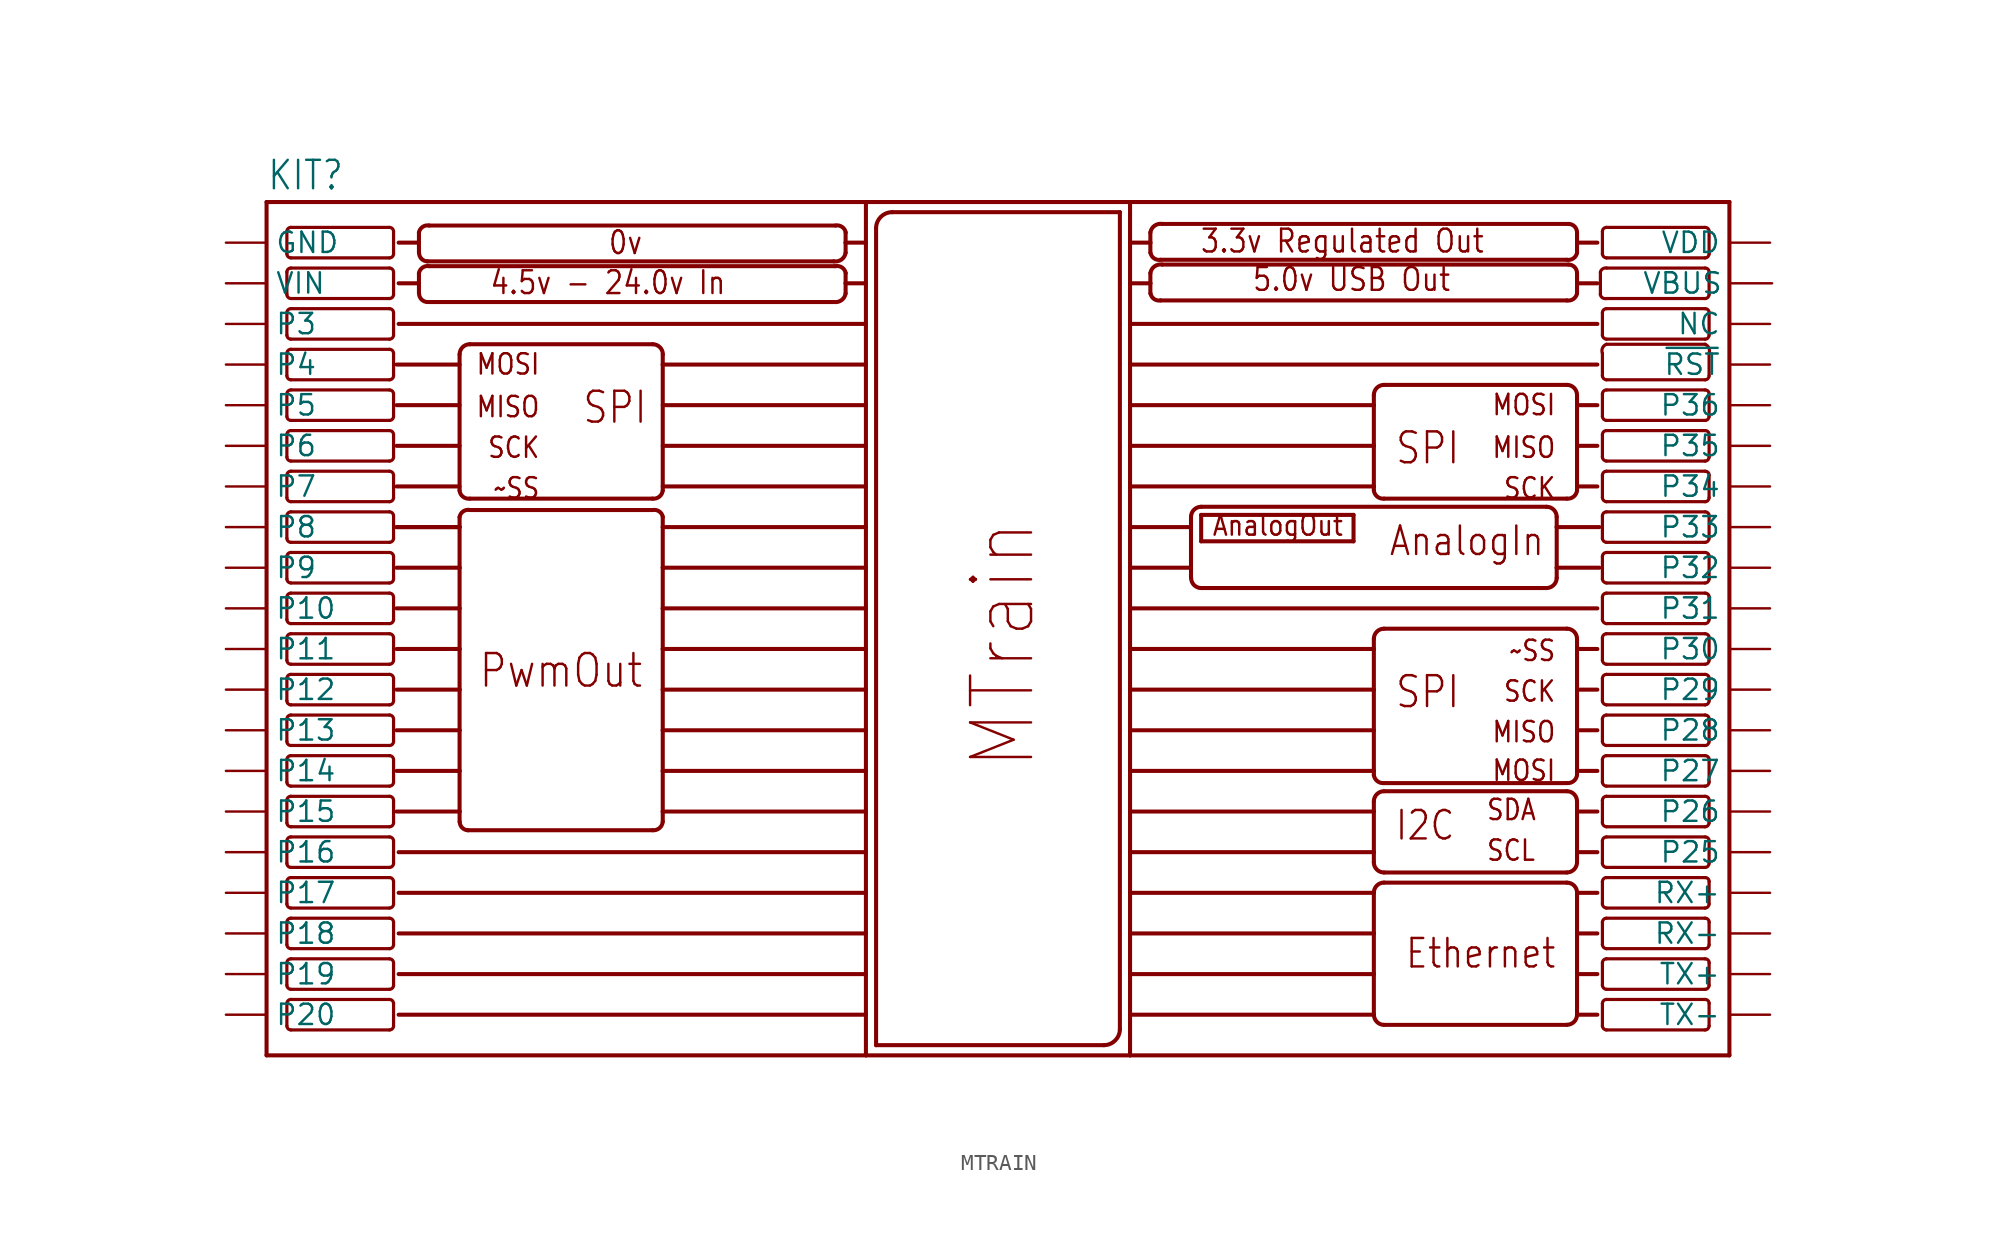
<source format=kicad_sym>
(kicad_symbol_lib
  (version 20220914)
  (generator kicad_symbol_editor)
  (symbol "MTRAIN"
    (property "Reference" "KIT"
      (at -45.72 26.035 0)
      (effects (font (size 1.778 1.511)) (justify left bottom)))
    (property "ki_locked" ""
      (at 0 0 0)
      (effects (font (size 1.27 1.27))))
    (symbol "MTRAIN_1_0"
      (arc (start -44.45 -26.0985) (mid -44.3756 -26.2781) (end -44.196 -26.3525) (stroke (width 0.2) (type solid)) (fill (type none)))
      (arc (start -44.45 -23.5585) (mid -44.3756 -23.7381) (end -44.196 -23.8125) (stroke (width 0.2) (type solid)) (fill (type none)))
      (arc (start -44.45 -21.0185) (mid -44.3756 -21.1981) (end -44.196 -21.2725) (stroke (width 0.2) (type solid)) (fill (type none)))
      (arc (start -44.45 -18.4785) (mid -44.3756 -18.6581) (end -44.196 -18.7325) (stroke (width 0.2) (type solid)) (fill (type none)))
      (arc (start -44.45 -15.9385) (mid -44.3756 -16.1181) (end -44.196 -16.1925) (stroke (width 0.2) (type solid)) (fill (type none)))
      (arc (start -44.45 -13.3985) (mid -44.3756 -13.5781) (end -44.196 -13.6525) (stroke (width 0.2) (type solid)) (fill (type none)))
      (arc (start -44.45 -10.8585) (mid -44.3756 -11.0381) (end -44.196 -11.1125) (stroke (width 0.2) (type solid)) (fill (type none)))
      (arc (start -44.45 -8.3185) (mid -44.3756 -8.4981) (end -44.196 -8.5725) (stroke (width 0.2) (type solid)) (fill (type none)))
      (arc (start -44.45 -5.7785) (mid -44.3756 -5.9581) (end -44.196 -6.0325) (stroke (width 0.2) (type solid)) (fill (type none)))
      (arc (start -44.45 -3.2385) (mid -44.3756 -3.4181) (end -44.196 -3.4925) (stroke (width 0.2) (type solid)) (fill (type none)))
      (arc (start -44.45 -0.6985) (mid -44.3756 -0.8781) (end -44.196 -0.9525) (stroke (width 0.2) (type solid)) (fill (type none)))
      (arc (start -44.45 1.8415) (mid -44.3756 1.6619) (end -44.196 1.5875) (stroke (width 0.2) (type solid)) (fill (type none)))
      (arc (start -44.45 4.3815) (mid -44.3756 4.2019) (end -44.196 4.1275) (stroke (width 0.2) (type solid)) (fill (type none)))
      (arc (start -44.45 6.9215) (mid -44.3756 6.7419) (end -44.196 6.6675) (stroke (width 0.2) (type solid)) (fill (type none)))
      (arc (start -44.45 9.4615) (mid -44.3756 9.2819) (end -44.196 9.2075) (stroke (width 0.2) (type solid)) (fill (type none)))
      (arc (start -44.45 12.0015) (mid -44.3756 11.8219) (end -44.196 11.7475) (stroke (width 0.2) (type solid)) (fill (type none)))
      (arc (start -44.45 14.5415) (mid -44.3756 14.3619) (end -44.196 14.2875) (stroke (width 0.2) (type solid)) (fill (type none)))
      (arc (start -44.45 17.0815) (mid -44.3756 16.9019) (end -44.196 16.8275) (stroke (width 0.2) (type solid)) (fill (type none)))
      (arc (start -44.45 19.6215) (mid -44.3756 19.4419) (end -44.196 19.3675) (stroke (width 0.2) (type solid)) (fill (type none)))
      (arc (start -44.45 22.1615) (mid -44.3756 21.9819) (end -44.196 21.9075) (stroke (width 0.2) (type solid)) (fill (type none)))
      (arc (start -44.196 -24.4475) (mid -44.3756 -24.5219) (end -44.45 -24.7015) (stroke (width 0.2) (type solid)) (fill (type none)))
      (arc (start -44.196 -21.9075) (mid -44.3756 -21.9819) (end -44.45 -22.1615) (stroke (width 0.2) (type solid)) (fill (type none)))
      (arc (start -44.196 -19.3675) (mid -44.3756 -19.4419) (end -44.45 -19.6215) (stroke (width 0.2) (type solid)) (fill (type none)))
      (arc (start -44.196 -16.8275) (mid -44.3756 -16.9019) (end -44.45 -17.0815) (stroke (width 0.2) (type solid)) (fill (type none)))
      (arc (start -44.196 -14.2875) (mid -44.3756 -14.3619) (end -44.45 -14.5415) (stroke (width 0.2) (type solid)) (fill (type none)))
      (arc (start -44.196 -11.7475) (mid -44.3756 -11.8219) (end -44.45 -12.0015) (stroke (width 0.2) (type solid)) (fill (type none)))
      (arc (start -44.196 -9.2075) (mid -44.3756 -9.2819) (end -44.45 -9.4615) (stroke (width 0.2) (type solid)) (fill (type none)))
      (arc (start -44.196 -6.6675) (mid -44.3756 -6.7419) (end -44.45 -6.9215) (stroke (width 0.2) (type solid)) (fill (type none)))
      (arc (start -44.196 -4.1275) (mid -44.3756 -4.2019) (end -44.45 -4.3815) (stroke (width 0.2) (type solid)) (fill (type none)))
      (arc (start -44.196 -1.5875) (mid -44.3756 -1.6619) (end -44.45 -1.8415) (stroke (width 0.2) (type solid)) (fill (type none)))
      (arc (start -44.196 0.9525) (mid -44.3756 0.8781) (end -44.45 0.6985) (stroke (width 0.2) (type solid)) (fill (type none)))
      (arc (start -44.196 3.4925) (mid -44.3756 3.4181) (end -44.45 3.2385) (stroke (width 0.2) (type solid)) (fill (type none)))
      (arc (start -44.196 6.0325) (mid -44.3756 5.9581) (end -44.45 5.7785) (stroke (width 0.2) (type solid)) (fill (type none)))
      (arc (start -44.196 8.5725) (mid -44.3756 8.4981) (end -44.45 8.3185) (stroke (width 0.2) (type solid)) (fill (type none)))
      (arc (start -44.196 11.1125) (mid -44.3756 11.0381) (end -44.45 10.8585) (stroke (width 0.2) (type solid)) (fill (type none)))
      (arc (start -44.196 13.6525) (mid -44.3756 13.5781) (end -44.45 13.3985) (stroke (width 0.2) (type solid)) (fill (type none)))
      (arc (start -44.196 16.1925) (mid -44.3756 16.1181) (end -44.45 15.9385) (stroke (width 0.2) (type solid)) (fill (type none)))
      (arc (start -44.196 18.7325) (mid -44.3756 18.6581) (end -44.45 18.4785) (stroke (width 0.2) (type solid)) (fill (type none)))
      (arc (start -44.196 21.2725) (mid -44.3756 21.1981) (end -44.45 21.0185) (stroke (width 0.2) (type solid)) (fill (type none)))
      (arc (start -44.196 23.8125) (mid -44.3756 23.7381) (end -44.45 23.5585) (stroke (width 0.2) (type solid)) (fill (type none)))
      (arc (start -38.0365 -26.3525) (mid -37.8569 -26.2781) (end -37.7825 -26.0985) (stroke (width 0.2) (type solid)) (fill (type none)))
      (arc (start -38.0365 -23.8125) (mid -37.8569 -23.7381) (end -37.7825 -23.5585) (stroke (width 0.2) (type solid)) (fill (type none)))
      (arc (start -38.0365 -21.2725) (mid -37.8569 -21.1981) (end -37.7825 -21.0185) (stroke (width 0.2) (type solid)) (fill (type none)))
      (arc (start -38.0365 -18.7325) (mid -37.8569 -18.6581) (end -37.7825 -18.4785) (stroke (width 0.2) (type solid)) (fill (type none)))
      (arc (start -38.0365 -16.1925) (mid -37.8569 -16.1181) (end -37.7825 -15.9385) (stroke (width 0.2) (type solid)) (fill (type none)))
      (arc (start -38.0365 -13.6525) (mid -37.8569 -13.5781) (end -37.7825 -13.3985) (stroke (width 0.2) (type solid)) (fill (type none)))
      (arc (start -38.0365 -11.1125) (mid -37.8569 -11.0381) (end -37.7825 -10.8585) (stroke (width 0.2) (type solid)) (fill (type none)))
      (arc (start -38.0365 -8.5725) (mid -37.8569 -8.4981) (end -37.7825 -8.3185) (stroke (width 0.2) (type solid)) (fill (type none)))
      (arc (start -38.0365 -6.0325) (mid -37.8569 -5.9581) (end -37.7825 -5.7785) (stroke (width 0.2) (type solid)) (fill (type none)))
      (arc (start -38.0365 -3.4925) (mid -37.8569 -3.4181) (end -37.7825 -3.2385) (stroke (width 0.2) (type solid)) (fill (type none)))
      (arc (start -38.0365 -0.9525) (mid -37.8569 -0.8781) (end -37.7825 -0.6985) (stroke (width 0.2) (type solid)) (fill (type none)))
      (arc (start -38.0365 1.5875) (mid -37.8569 1.6619) (end -37.7825 1.8415) (stroke (width 0.2) (type solid)) (fill (type none)))
      (arc (start -38.0365 4.1275) (mid -37.8569 4.2019) (end -37.7825 4.3815) (stroke (width 0.2) (type solid)) (fill (type none)))
      (arc (start -38.0365 6.6675) (mid -37.8569 6.7419) (end -37.7825 6.9215) (stroke (width 0.2) (type solid)) (fill (type none)))
      (arc (start -38.0365 9.2075) (mid -37.8569 9.2819) (end -37.7825 9.4615) (stroke (width 0.2) (type solid)) (fill (type none)))
      (arc (start -38.0365 11.7475) (mid -37.8569 11.8219) (end -37.7825 12.0015) (stroke (width 0.2) (type solid)) (fill (type none)))
      (arc (start -38.0365 14.2875) (mid -37.8569 14.3619) (end -37.7825 14.5415) (stroke (width 0.2) (type solid)) (fill (type none)))
      (arc (start -38.0365 16.8275) (mid -37.8569 16.9019) (end -37.7825 17.0815) (stroke (width 0.2) (type solid)) (fill (type none)))
      (arc (start -38.0365 19.3675) (mid -37.8569 19.4419) (end -37.7825 19.6215) (stroke (width 0.2) (type solid)) (fill (type none)))
      (arc (start -38.0365 21.9075) (mid -37.8569 21.9819) (end -37.7825 22.1615) (stroke (width 0.2) (type solid)) (fill (type none)))
      (arc (start -37.7825 -24.7015) (mid -37.8569 -24.5219) (end -38.0365 -24.4475) (stroke (width 0.2) (type solid)) (fill (type none)))
      (arc (start -37.7825 -22.1615) (mid -37.8569 -21.9819) (end -38.0365 -21.9075) (stroke (width 0.2) (type solid)) (fill (type none)))
      (arc (start -37.7825 -19.6215) (mid -37.8569 -19.4419) (end -38.0365 -19.3675) (stroke (width 0.2) (type solid)) (fill (type none)))
      (arc (start -37.7825 -17.0815) (mid -37.8569 -16.9019) (end -38.0365 -16.8275) (stroke (width 0.2) (type solid)) (fill (type none)))
      (arc (start -37.7825 -14.5415) (mid -37.8569 -14.3619) (end -38.0365 -14.2875) (stroke (width 0.2) (type solid)) (fill (type none)))
      (arc (start -37.7825 -12.0015) (mid -37.8569 -11.8219) (end -38.0365 -11.7475) (stroke (width 0.2) (type solid)) (fill (type none)))
      (arc (start -37.7825 -9.4615) (mid -37.8569 -9.2819) (end -38.0365 -9.2075) (stroke (width 0.2) (type solid)) (fill (type none)))
      (arc (start -37.7825 -6.9215) (mid -37.8569 -6.7419) (end -38.0365 -6.6675) (stroke (width 0.2) (type solid)) (fill (type none)))
      (arc (start -37.7825 -4.3815) (mid -37.8569 -4.2019) (end -38.0365 -4.1275) (stroke (width 0.2) (type solid)) (fill (type none)))
      (arc (start -37.7825 -1.8415) (mid -37.8569 -1.6619) (end -38.0365 -1.5875) (stroke (width 0.2) (type solid)) (fill (type none)))
      (arc (start -37.7825 0.6985) (mid -37.8569 0.8781) (end -38.0365 0.9525) (stroke (width 0.2) (type solid)) (fill (type none)))
      (arc (start -37.7825 3.2385) (mid -37.8569 3.4181) (end -38.0365 3.4925) (stroke (width 0.2) (type solid)) (fill (type none)))
      (arc (start -37.7825 5.7785) (mid -37.8569 5.9581) (end -38.0365 6.0325) (stroke (width 0.2) (type solid)) (fill (type none)))
      (arc (start -37.7825 8.3185) (mid -37.8569 8.4981) (end -38.0365 8.5725) (stroke (width 0.2) (type solid)) (fill (type none)))
      (arc (start -37.7825 10.8585) (mid -37.8569 11.0381) (end -38.0365 11.1125) (stroke (width 0.2) (type solid)) (fill (type none)))
      (arc (start -37.7825 13.3985) (mid -37.8569 13.5781) (end -38.0365 13.6525) (stroke (width 0.2) (type solid)) (fill (type none)))
      (arc (start -37.7825 15.9385) (mid -37.8569 16.1181) (end -38.0365 16.1925) (stroke (width 0.2) (type solid)) (fill (type none)))
      (arc (start -37.7825 18.4785) (mid -37.8569 18.6581) (end -38.0365 18.7325) (stroke (width 0.2) (type solid)) (fill (type none)))
      (arc (start -37.7825 21.0185) (mid -37.8569 21.1981) (end -38.0365 21.2725) (stroke (width 0.2) (type solid)) (fill (type none)))
      (arc (start -37.7825 23.5585) (mid -37.8569 23.7381) (end -38.0365 23.8125) (stroke (width 0.2) (type solid)) (fill (type none)))
      (arc (start -36.195 19.685) (mid -36.0383 19.3067) (end -35.66 19.15) (stroke (width 0.254) (type solid)) (fill (type none)))
      (arc (start -36.195 22.225) (mid -36.0383 21.8467) (end -35.66 21.69) (stroke (width 0.254) (type solid)) (fill (type none)))
      (arc (start -35.56 21.39) (mid -35.9676 21.304) (end -36.195 20.955) (stroke (width 0.254) (type solid)) (fill (type none)))
      (arc (start -35.56 23.93) (mid -35.9676 23.844) (end -36.195 23.495) (stroke (width 0.254) (type solid)) (fill (type none)))
      (arc (start -33.655 -13.335) (mid -33.4983 -13.7133) (end -33.12 -13.87) (stroke (width 0.254) (type solid)) (fill (type none)))
      (arc (start -33.655 7.366) (mid -33.4427 6.9805) (end -33.02 6.858) (stroke (width 0.254) (type solid)) (fill (type none)))
      (arc (start -33.02 6.15) (mid -33.4276 6.064) (end -33.655 5.715) (stroke (width 0.254) (type solid)) (fill (type none)))
      (arc (start -33.02 16.51) (mid -33.469 16.324) (end -33.655 15.875) (stroke (width 0.254) (type solid)) (fill (type none)))
      (arc (start -21.59 -13.8684) (mid -21.162 -13.7332) (end -20.955 -13.335) (stroke (width 0.254) (type solid)) (fill (type none)))
      (arc (start -21.59 6.858) (mid -21.1673 6.9805) (end -20.955 7.366) (stroke (width 0.254) (type solid)) (fill (type none)))
      (arc (start -20.955 5.715) (mid -21.1831 6.0624) (end -21.59 6.1468) (stroke (width 0.254) (type solid)) (fill (type none)))
      (arc (start -20.955 15.875) (mid -21.141 16.324) (end -21.59 16.51) (stroke (width 0.254) (type solid)) (fill (type none)))
      (arc (start -10.26 19.15) (mid -9.7817 19.2653) (end -9.525 19.685) (stroke (width 0.254) (type solid)) (fill (type none)))
      (arc (start -10.26 21.69) (mid -9.7817 21.8053) (end -9.525 22.225) (stroke (width 0.254) (type solid)) (fill (type none)))
      (arc (start -9.525 20.955) (mid -9.7524 21.304) (end -10.16 21.39) (stroke (width 0.254) (type solid)) (fill (type none)))
      (arc (start -9.525 23.495) (mid -9.7524 23.844) (end -10.16 23.93) (stroke (width 0.254) (type solid)) (fill (type none)))
      (arc (start -6.62 24.765) (mid -7.3271 24.4721) (end -7.62 23.765) (stroke (width 0.254) (type solid)) (fill (type none)))
      (polyline (pts (xy -45.72 -27.94) (xy -45.72 25.4)) (stroke (width 0.254) (type solid)) (fill (type none)))
      (polyline (pts (xy -45.72 25.4) (xy -8.255 25.4)) (stroke (width 0.254) (type solid)) (fill (type none)))
      (polyline (pts (xy -44.45 -26.099) (xy -44.45 -24.701)) (stroke (width 0.2) (type solid)) (fill (type none)))
      (polyline (pts (xy -44.45 -23.558) (xy -44.45 -22.162)) (stroke (width 0.2) (type solid)) (fill (type none)))
      (polyline (pts (xy -44.45 -21.018) (xy -44.45 -19.622)) (stroke (width 0.2) (type solid)) (fill (type none)))
      (polyline (pts (xy -44.45 -18.479) (xy -44.45 -17.081)) (stroke (width 0.2) (type solid)) (fill (type none)))
      (polyline (pts (xy -44.45 -15.938) (xy -44.45 -14.541)) (stroke (width 0.2) (type solid)) (fill (type none)))
      (polyline (pts (xy -44.45 -13.399) (xy -44.45 -12.002)) (stroke (width 0.2) (type solid)) (fill (type none)))
      (polyline (pts (xy -44.45 -10.858) (xy -44.45 -9.461)) (stroke (width 0.2) (type solid)) (fill (type none)))
      (polyline (pts (xy -44.45 -8.319) (xy -44.45 -6.921)) (stroke (width 0.2) (type solid)) (fill (type none)))
      (polyline (pts (xy -44.45 -5.779) (xy -44.45 -4.381)) (stroke (width 0.2) (type solid)) (fill (type none)))
      (polyline (pts (xy -44.45 -3.239) (xy -44.45 -1.841)) (stroke (width 0.2) (type solid)) (fill (type none)))
      (polyline (pts (xy -44.45 -0.699) (xy -44.45 0.699)) (stroke (width 0.2) (type solid)) (fill (type none)))
      (polyline (pts (xy -44.45 1.841) (xy -44.45 3.239)) (stroke (width 0.2) (type solid)) (fill (type none)))
      (polyline (pts (xy -44.45 4.381) (xy -44.45 5.779)) (stroke (width 0.2) (type solid)) (fill (type none)))
      (polyline (pts (xy -44.45 6.921) (xy -44.45 8.319)) (stroke (width 0.2) (type solid)) (fill (type none)))
      (polyline (pts (xy -44.45 9.461) (xy -44.45 10.858)) (stroke (width 0.2) (type solid)) (fill (type none)))
      (polyline (pts (xy -44.45 12.002) (xy -44.45 13.399)) (stroke (width 0.2) (type solid)) (fill (type none)))
      (polyline (pts (xy -44.45 14.541) (xy -44.45 15.938)) (stroke (width 0.2) (type solid)) (fill (type none)))
      (polyline (pts (xy -44.45 17.081) (xy -44.45 18.479)) (stroke (width 0.2) (type solid)) (fill (type none)))
      (polyline (pts (xy -44.45 19.622) (xy -44.45 21.018)) (stroke (width 0.2) (type solid)) (fill (type none)))
      (polyline (pts (xy -44.45 22.162) (xy -44.45 23.558)) (stroke (width 0.2) (type solid)) (fill (type none)))
      (polyline (pts (xy -44.196 -24.448) (xy -38.036 -24.448)) (stroke (width 0.2) (type solid)) (fill (type none)))
      (polyline (pts (xy -44.196 -21.907) (xy -38.036 -21.907)) (stroke (width 0.2) (type solid)) (fill (type none)))
      (polyline (pts (xy -44.196 -19.367) (xy -38.036 -19.367)) (stroke (width 0.2) (type solid)) (fill (type none)))
      (polyline (pts (xy -44.196 -16.828) (xy -38.036 -16.828)) (stroke (width 0.2) (type solid)) (fill (type none)))
      (polyline (pts (xy -44.196 -14.287) (xy -38.036 -14.287)) (stroke (width 0.2) (type solid)) (fill (type none)))
      (polyline (pts (xy -44.196 -11.748) (xy -38.036 -11.748)) (stroke (width 0.2) (type solid)) (fill (type none)))
      (polyline (pts (xy -44.196 -9.207) (xy -38.036 -9.207)) (stroke (width 0.2) (type solid)) (fill (type none)))
      (polyline (pts (xy -44.196 -6.668) (xy -38.036 -6.668)) (stroke (width 0.2) (type solid)) (fill (type none)))
      (polyline (pts (xy -44.196 -4.128) (xy -38.036 -4.128)) (stroke (width 0.2) (type solid)) (fill (type none)))
      (polyline (pts (xy -44.196 -1.587) (xy -38.036 -1.587)) (stroke (width 0.2) (type solid)) (fill (type none)))
      (polyline (pts (xy -44.196 0.953) (xy -38.036 0.953)) (stroke (width 0.2) (type solid)) (fill (type none)))
      (polyline (pts (xy -44.196 3.493) (xy -38.036 3.493)) (stroke (width 0.2) (type solid)) (fill (type none)))
      (polyline (pts (xy -44.196 6.032) (xy -38.036 6.032)) (stroke (width 0.2) (type solid)) (fill (type none)))
      (polyline (pts (xy -44.196 8.572) (xy -38.036 8.572)) (stroke (width 0.2) (type solid)) (fill (type none)))
      (polyline (pts (xy -44.196 11.113) (xy -38.036 11.113)) (stroke (width 0.2) (type solid)) (fill (type none)))
      (polyline (pts (xy -44.196 13.652) (xy -38.036 13.652)) (stroke (width 0.2) (type solid)) (fill (type none)))
      (polyline (pts (xy -44.196 16.192) (xy -38.036 16.192)) (stroke (width 0.2) (type solid)) (fill (type none)))
      (polyline (pts (xy -44.196 18.733) (xy -38.036 18.733)) (stroke (width 0.2) (type solid)) (fill (type none)))
      (polyline (pts (xy -44.196 21.273) (xy -38.036 21.273)) (stroke (width 0.2) (type solid)) (fill (type none)))
      (polyline (pts (xy -44.196 23.812) (xy -38.036 23.812)) (stroke (width 0.2) (type solid)) (fill (type none)))
      (polyline (pts (xy -38.036 -26.352) (xy -44.196 -26.352)) (stroke (width 0.2) (type solid)) (fill (type none)))
      (polyline (pts (xy -38.036 -23.812) (xy -44.196 -23.812)) (stroke (width 0.2) (type solid)) (fill (type none)))
      (polyline (pts (xy -38.036 -21.273) (xy -44.196 -21.273)) (stroke (width 0.2) (type solid)) (fill (type none)))
      (polyline (pts (xy -38.036 -18.733) (xy -44.196 -18.733)) (stroke (width 0.2) (type solid)) (fill (type none)))
      (polyline (pts (xy -38.036 -16.192) (xy -44.196 -16.192)) (stroke (width 0.2) (type solid)) (fill (type none)))
      (polyline (pts (xy -38.036 -13.652) (xy -44.196 -13.652)) (stroke (width 0.2) (type solid)) (fill (type none)))
      (polyline (pts (xy -38.036 -11.113) (xy -44.196 -11.113)) (stroke (width 0.2) (type solid)) (fill (type none)))
      (polyline (pts (xy -38.036 -8.572) (xy -44.196 -8.572)) (stroke (width 0.2) (type solid)) (fill (type none)))
      (polyline (pts (xy -38.036 -6.032) (xy -44.196 -6.032)) (stroke (width 0.2) (type solid)) (fill (type none)))
      (polyline (pts (xy -38.036 -3.493) (xy -44.196 -3.493)) (stroke (width 0.2) (type solid)) (fill (type none)))
      (polyline (pts (xy -38.036 -0.953) (xy -44.196 -0.953)) (stroke (width 0.2) (type solid)) (fill (type none)))
      (polyline (pts (xy -38.036 1.587) (xy -44.196 1.587)) (stroke (width 0.2) (type solid)) (fill (type none)))
      (polyline (pts (xy -38.036 4.128) (xy -44.196 4.128)) (stroke (width 0.2) (type solid)) (fill (type none)))
      (polyline (pts (xy -38.036 6.668) (xy -44.196 6.668)) (stroke (width 0.2) (type solid)) (fill (type none)))
      (polyline (pts (xy -38.036 9.207) (xy -44.196 9.207)) (stroke (width 0.2) (type solid)) (fill (type none)))
      (polyline (pts (xy -38.036 11.748) (xy -44.196 11.748)) (stroke (width 0.2) (type solid)) (fill (type none)))
      (polyline (pts (xy -38.036 14.287) (xy -44.196 14.287)) (stroke (width 0.2) (type solid)) (fill (type none)))
      (polyline (pts (xy -38.036 16.828) (xy -44.196 16.828)) (stroke (width 0.2) (type solid)) (fill (type none)))
      (polyline (pts (xy -38.036 19.367) (xy -44.196 19.367)) (stroke (width 0.2) (type solid)) (fill (type none)))
      (polyline (pts (xy -38.036 21.907) (xy -44.196 21.907)) (stroke (width 0.2) (type solid)) (fill (type none)))
      (polyline (pts (xy -37.782 -24.701) (xy -37.782 -26.099)) (stroke (width 0.2) (type solid)) (fill (type none)))
      (polyline (pts (xy -37.782 -22.162) (xy -37.782 -23.558)) (stroke (width 0.2) (type solid)) (fill (type none)))
      (polyline (pts (xy -37.782 -19.622) (xy -37.782 -21.018)) (stroke (width 0.2) (type solid)) (fill (type none)))
      (polyline (pts (xy -37.782 -17.081) (xy -37.782 -18.479)) (stroke (width 0.2) (type solid)) (fill (type none)))
      (polyline (pts (xy -37.782 -14.541) (xy -37.782 -15.938)) (stroke (width 0.2) (type solid)) (fill (type none)))
      (polyline (pts (xy -37.782 -12.002) (xy -37.782 -13.399)) (stroke (width 0.2) (type solid)) (fill (type none)))
      (polyline (pts (xy -37.782 -9.461) (xy -37.782 -10.858)) (stroke (width 0.2) (type solid)) (fill (type none)))
      (polyline (pts (xy -37.782 -6.921) (xy -37.782 -8.319)) (stroke (width 0.2) (type solid)) (fill (type none)))
      (polyline (pts (xy -37.782 -4.381) (xy -37.782 -5.779)) (stroke (width 0.2) (type solid)) (fill (type none)))
      (polyline (pts (xy -37.782 -1.841) (xy -37.782 -3.239)) (stroke (width 0.2) (type solid)) (fill (type none)))
      (polyline (pts (xy -37.782 0.699) (xy -37.782 -0.699)) (stroke (width 0.2) (type solid)) (fill (type none)))
      (polyline (pts (xy -37.782 3.239) (xy -37.782 1.841)) (stroke (width 0.2) (type solid)) (fill (type none)))
      (polyline (pts (xy -37.782 5.779) (xy -37.782 4.381)) (stroke (width 0.2) (type solid)) (fill (type none)))
      (polyline (pts (xy -37.782 8.319) (xy -37.782 6.921)) (stroke (width 0.2) (type solid)) (fill (type none)))
      (polyline (pts (xy -37.782 10.858) (xy -37.782 9.461)) (stroke (width 0.2) (type solid)) (fill (type none)))
      (polyline (pts (xy -37.782 13.399) (xy -37.782 12.002)) (stroke (width 0.2) (type solid)) (fill (type none)))
      (polyline (pts (xy -37.782 15.938) (xy -37.782 14.541)) (stroke (width 0.2) (type solid)) (fill (type none)))
      (polyline (pts (xy -37.782 18.479) (xy -37.782 17.081)) (stroke (width 0.2) (type solid)) (fill (type none)))
      (polyline (pts (xy -37.782 21.018) (xy -37.782 19.622)) (stroke (width 0.2) (type solid)) (fill (type none)))
      (polyline (pts (xy -37.782 23.558) (xy -37.782 22.162)) (stroke (width 0.2) (type solid)) (fill (type none)))
      (polyline (pts (xy -37.465 -25.4) (xy -8.255 -25.4)) (stroke (width 0.254) (type solid)) (fill (type none)))
      (polyline (pts (xy -37.465 -22.86) (xy -8.255 -22.86)) (stroke (width 0.254) (type solid)) (fill (type none)))
      (polyline (pts (xy -37.465 -20.32) (xy -8.255 -20.32)) (stroke (width 0.254) (type solid)) (fill (type none)))
      (polyline (pts (xy -37.465 -17.78) (xy -8.255 -17.78)) (stroke (width 0.254) (type solid)) (fill (type none)))
      (polyline (pts (xy -37.465 -15.24) (xy -8.255 -15.24)) (stroke (width 0.254) (type solid)) (fill (type none)))
      (polyline (pts (xy -37.465 17.78) (xy -8.255 17.78)) (stroke (width 0.254) (type solid)) (fill (type none)))
      (polyline (pts (xy -36.195 19.685) (xy -36.195 20.32)) (stroke (width 0.254) (type solid)) (fill (type none)))
      (polyline (pts (xy -36.195 20.32) (xy -37.465 20.32)) (stroke (width 0.254) (type solid)) (fill (type none)))
      (polyline (pts (xy -36.195 20.32) (xy -36.195 20.955)) (stroke (width 0.254) (type solid)) (fill (type none)))
      (polyline (pts (xy -36.195 22.225) (xy -36.195 22.86)) (stroke (width 0.254) (type solid)) (fill (type none)))
      (polyline (pts (xy -36.195 22.86) (xy -37.465 22.86)) (stroke (width 0.254) (type solid)) (fill (type none)))
      (polyline (pts (xy -36.195 22.86) (xy -36.195 23.495)) (stroke (width 0.254) (type solid)) (fill (type none)))
      (polyline (pts (xy -35.56 21.39) (xy -10.16 21.39)) (stroke (width 0.254) (type solid)) (fill (type none)))
      (polyline (pts (xy -35.56 23.93) (xy -10.16 23.93)) (stroke (width 0.254) (type solid)) (fill (type none)))
      (polyline (pts (xy -33.655 -12.7) (xy -37.592 -12.7)) (stroke (width 0.254) (type solid)) (fill (type none)))
      (polyline (pts (xy -33.655 -12.7) (xy -33.655 -13.335)) (stroke (width 0.254) (type solid)) (fill (type none)))
      (polyline (pts (xy -33.655 -10.16) (xy -37.592 -10.16)) (stroke (width 0.254) (type solid)) (fill (type none)))
      (polyline (pts (xy -33.655 -10.16) (xy -33.655 -12.7)) (stroke (width 0.254) (type solid)) (fill (type none)))
      (polyline (pts (xy -33.655 -7.62) (xy -37.592 -7.62)) (stroke (width 0.254) (type solid)) (fill (type none)))
      (polyline (pts (xy -33.655 -7.62) (xy -33.655 -10.16)) (stroke (width 0.254) (type solid)) (fill (type none)))
      (polyline (pts (xy -33.655 -5.08) (xy -37.592 -5.08)) (stroke (width 0.254) (type solid)) (fill (type none)))
      (polyline (pts (xy -33.655 -5.08) (xy -33.655 -7.62)) (stroke (width 0.254) (type solid)) (fill (type none)))
      (polyline (pts (xy -33.655 -2.54) (xy -37.592 -2.54)) (stroke (width 0.254) (type solid)) (fill (type none)))
      (polyline (pts (xy -33.655 -2.54) (xy -33.655 -5.08)) (stroke (width 0.254) (type solid)) (fill (type none)))
      (polyline (pts (xy -33.655 0) (xy -37.592 0)) (stroke (width 0.254) (type solid)) (fill (type none)))
      (polyline (pts (xy -33.655 0) (xy -33.655 -2.54)) (stroke (width 0.254) (type solid)) (fill (type none)))
      (polyline (pts (xy -33.655 2.54) (xy -37.592 2.54)) (stroke (width 0.254) (type solid)) (fill (type none)))
      (polyline (pts (xy -33.655 2.54) (xy -33.655 0)) (stroke (width 0.254) (type solid)) (fill (type none)))
      (polyline (pts (xy -33.655 5.08) (xy -37.592 5.08)) (stroke (width 0.254) (type solid)) (fill (type none)))
      (polyline (pts (xy -33.655 5.08) (xy -37.592 5.08)) (stroke (width 0.254) (type solid)) (fill (type none)))
      (polyline (pts (xy -33.655 5.08) (xy -33.655 2.54)) (stroke (width 0.254) (type solid)) (fill (type none)))
      (polyline (pts (xy -33.655 5.715) (xy -33.655 5.08)) (stroke (width 0.254) (type solid)) (fill (type none)))
      (polyline (pts (xy -33.655 7.62) (xy -37.592 7.62)) (stroke (width 0.254) (type solid)) (fill (type none)))
      (polyline (pts (xy -33.655 10.16) (xy -37.592 10.16)) (stroke (width 0.254) (type solid)) (fill (type none)))
      (polyline (pts (xy -33.655 12.7) (xy -37.592 12.7)) (stroke (width 0.254) (type solid)) (fill (type none)))
      (polyline (pts (xy -33.655 15.24) (xy -37.592 15.24)) (stroke (width 0.254) (type solid)) (fill (type none)))
      (polyline (pts (xy -33.655 15.875) (xy -33.655 7.366)) (stroke (width 0.254) (type solid)) (fill (type none)))
      (polyline (pts (xy -33.02 6.858) (xy -21.59 6.858)) (stroke (width 0.254) (type solid)) (fill (type none)))
      (polyline (pts (xy -21.59 -13.868) (xy -33.147 -13.868)) (stroke (width 0.254) (type solid)) (fill (type none)))
      (polyline (pts (xy -21.59 6.147) (xy -33.02 6.147)) (stroke (width 0.254) (type solid)) (fill (type none)))
      (polyline (pts (xy -21.59 16.51) (xy -33.02 16.51)) (stroke (width 0.254) (type solid)) (fill (type none)))
      (polyline (pts (xy -20.955 -12.7) (xy -20.955 -13.335)) (stroke (width 0.254) (type solid)) (fill (type none)))
      (polyline (pts (xy -20.955 -12.7) (xy -8.255 -12.7)) (stroke (width 0.254) (type solid)) (fill (type none)))
      (polyline (pts (xy -20.955 -10.16) (xy -20.955 -12.7)) (stroke (width 0.254) (type solid)) (fill (type none)))
      (polyline (pts (xy -20.955 -10.16) (xy -8.255 -10.16)) (stroke (width 0.254) (type solid)) (fill (type none)))
      (polyline (pts (xy -20.955 -7.62) (xy -20.955 -10.16)) (stroke (width 0.254) (type solid)) (fill (type none)))
      (polyline (pts (xy -20.955 -7.62) (xy -8.255 -7.62)) (stroke (width 0.254) (type solid)) (fill (type none)))
      (polyline (pts (xy -20.955 -5.08) (xy -20.955 -7.62)) (stroke (width 0.254) (type solid)) (fill (type none)))
      (polyline (pts (xy -20.955 -5.08) (xy -8.255 -5.08)) (stroke (width 0.254) (type solid)) (fill (type none)))
      (polyline (pts (xy -20.955 -2.54) (xy -20.955 -5.08)) (stroke (width 0.254) (type solid)) (fill (type none)))
      (polyline (pts (xy -20.955 -2.54) (xy -8.255 -2.54)) (stroke (width 0.254) (type solid)) (fill (type none)))
      (polyline (pts (xy -20.955 0) (xy -20.955 -2.54)) (stroke (width 0.254) (type solid)) (fill (type none)))
      (polyline (pts (xy -20.955 0) (xy -8.255 0)) (stroke (width 0.254) (type solid)) (fill (type none)))
      (polyline (pts (xy -20.955 2.54) (xy -20.955 0)) (stroke (width 0.254) (type solid)) (fill (type none)))
      (polyline (pts (xy -20.955 2.54) (xy -8.255 2.54)) (stroke (width 0.254) (type solid)) (fill (type none)))
      (polyline (pts (xy -20.955 5.08) (xy -20.955 2.54)) (stroke (width 0.254) (type solid)) (fill (type none)))
      (polyline (pts (xy -20.955 5.08) (xy -8.255 5.08)) (stroke (width 0.254) (type solid)) (fill (type none)))
      (polyline (pts (xy -20.955 5.715) (xy -20.955 5.08)) (stroke (width 0.254) (type solid)) (fill (type none)))
      (polyline (pts (xy -20.955 7.366) (xy -20.955 15.24)) (stroke (width 0.254) (type solid)) (fill (type none)))
      (polyline (pts (xy -20.955 7.62) (xy -8.255 7.62)) (stroke (width 0.254) (type solid)) (fill (type none)))
      (polyline (pts (xy -20.955 10.16) (xy -8.255 10.16)) (stroke (width 0.254) (type solid)) (fill (type none)))
      (polyline (pts (xy -20.955 12.7) (xy -8.255 12.7)) (stroke (width 0.254) (type solid)) (fill (type none)))
      (polyline (pts (xy -20.955 15.24) (xy -20.955 15.875)) (stroke (width 0.254) (type solid)) (fill (type none)))
      (polyline (pts (xy -20.955 15.24) (xy -8.255 15.24)) (stroke (width 0.254) (type solid)) (fill (type none)))
      (polyline (pts (xy -10.26 19.15) (xy -35.66 19.15)) (stroke (width 0.254) (type solid)) (fill (type none)))
      (polyline (pts (xy -10.26 21.69) (xy -35.66 21.69)) (stroke (width 0.254) (type solid)) (fill (type none)))
      (polyline (pts (xy -9.525 20.32) (xy -9.525 19.685)) (stroke (width 0.254) (type solid)) (fill (type none)))
      (polyline (pts (xy -9.525 20.32) (xy -8.255 20.32)) (stroke (width 0.254) (type solid)) (fill (type none)))
      (polyline (pts (xy -9.525 20.955) (xy -9.525 20.32)) (stroke (width 0.254) (type solid)) (fill (type none)))
      (polyline (pts (xy -9.525 22.86) (xy -9.525 22.225)) (stroke (width 0.254) (type solid)) (fill (type none)))
      (polyline (pts (xy -9.525 22.86) (xy -8.255 22.86)) (stroke (width 0.254) (type solid)) (fill (type none)))
      (polyline (pts (xy -9.525 23.495) (xy -9.525 22.86)) (stroke (width 0.254) (type solid)) (fill (type none)))
      (polyline (pts (xy -8.255 -27.94) (xy -45.72 -27.94)) (stroke (width 0.254) (type solid)) (fill (type none)))
      (polyline (pts (xy -8.255 -25.4) (xy -8.255 -27.94)) (stroke (width 0.254) (type solid)) (fill (type none)))
      (polyline (pts (xy -8.255 -22.86) (xy -8.255 -25.4)) (stroke (width 0.254) (type solid)) (fill (type none)))
      (polyline (pts (xy -8.255 -20.32) (xy -8.255 -22.86)) (stroke (width 0.254) (type solid)) (fill (type none)))
      (polyline (pts (xy -8.255 -17.78) (xy -8.255 -20.32)) (stroke (width 0.254) (type solid)) (fill (type none)))
      (polyline (pts (xy -8.255 -15.24) (xy -8.255 -17.78)) (stroke (width 0.254) (type solid)) (fill (type none)))
      (polyline (pts (xy -8.255 -12.7) (xy -8.255 -15.24)) (stroke (width 0.254) (type solid)) (fill (type none)))
      (polyline (pts (xy -8.255 -10.16) (xy -8.255 -12.7)) (stroke (width 0.254) (type solid)) (fill (type none)))
      (polyline (pts (xy -8.255 -7.62) (xy -8.255 -10.16)) (stroke (width 0.254) (type solid)) (fill (type none)))
      (polyline (pts (xy -8.255 -5.08) (xy -8.255 -7.62)) (stroke (width 0.254) (type solid)) (fill (type none)))
      (polyline (pts (xy -8.255 -2.54) (xy -8.255 -5.08)) (stroke (width 0.254) (type solid)) (fill (type none)))
      (polyline (pts (xy -8.255 0) (xy -8.255 -2.54)) (stroke (width 0.254) (type solid)) (fill (type none)))
      (polyline (pts (xy -8.255 2.54) (xy -8.255 0)) (stroke (width 0.254) (type solid)) (fill (type none)))
      (polyline (pts (xy -8.255 5.08) (xy -8.255 2.54)) (stroke (width 0.254) (type solid)) (fill (type none)))
      (polyline (pts (xy -8.255 15.24) (xy -8.255 5.08)) (stroke (width 0.254) (type solid)) (fill (type none)))
      (polyline (pts (xy -8.255 17.78) (xy -8.255 15.24)) (stroke (width 0.254) (type solid)) (fill (type none)))
      (polyline (pts (xy -8.255 20.32) (xy -8.255 17.78)) (stroke (width 0.254) (type solid)) (fill (type none)))
      (polyline (pts (xy -8.255 22.86) (xy -8.255 20.32)) (stroke (width 0.254) (type solid)) (fill (type none)))
      (polyline (pts (xy -8.255 25.4) (xy -8.255 22.86)) (stroke (width 0.254) (type solid)) (fill (type none)))
      (polyline (pts (xy -8.255 25.4) (xy 8.255 25.4)) (stroke (width 0.254) (type solid)) (fill (type none)))
      (polyline (pts (xy -7.62 -27.305) (xy 6.62 -27.305)) (stroke (width 0.254) (type solid)) (fill (type none)))
      (polyline (pts (xy -7.62 23.765) (xy -7.62 -27.305)) (stroke (width 0.254) (type solid)) (fill (type none)))
      (polyline (pts (xy 7.62 -26.305) (xy 7.62 24.765)) (stroke (width 0.254) (type solid)) (fill (type none)))
      (polyline (pts (xy 7.62 24.765) (xy -6.62 24.765)) (stroke (width 0.254) (type solid)) (fill (type none)))
      (polyline (pts (xy 8.255 -27.94) (xy -8.255 -27.94)) (stroke (width 0.254) (type solid)) (fill (type none)))
      (polyline (pts (xy 8.255 -25.4) (xy 8.255 -27.94)) (stroke (width 0.254) (type solid)) (fill (type none)))
      (polyline (pts (xy 8.255 -20.32) (xy 8.255 -25.4)) (stroke (width 0.254) (type solid)) (fill (type none)))
      (polyline (pts (xy 8.255 -17.78) (xy 8.255 -20.32)) (stroke (width 0.254) (type solid)) (fill (type none)))
      (polyline (pts (xy 8.255 -15.24) (xy 8.255 -17.78)) (stroke (width 0.254) (type solid)) (fill (type none)))
      (polyline (pts (xy 8.255 -12.7) (xy 8.255 -15.24)) (stroke (width 0.254) (type solid)) (fill (type none)))
      (polyline (pts (xy 8.255 -10.16) (xy 8.255 -12.7)) (stroke (width 0.254) (type solid)) (fill (type none)))
      (polyline (pts (xy 8.255 -7.62) (xy 8.255 -10.16)) (stroke (width 0.254) (type solid)) (fill (type none)))
      (polyline (pts (xy 8.255 -5.08) (xy 8.255 -7.62)) (stroke (width 0.254) (type solid)) (fill (type none)))
      (polyline (pts (xy 8.255 -2.54) (xy 8.255 -5.08)) (stroke (width 0.254) (type solid)) (fill (type none)))
      (polyline (pts (xy 8.255 0) (xy 8.255 -2.54)) (stroke (width 0.254) (type solid)) (fill (type none)))
      (polyline (pts (xy 8.255 0) (xy 37.465 0)) (stroke (width 0.254) (type solid)) (fill (type none)))
      (polyline (pts (xy 8.255 2.54) (xy 8.255 0)) (stroke (width 0.254) (type solid)) (fill (type none)))
      (polyline (pts (xy 8.255 5.08) (xy 8.255 2.54)) (stroke (width 0.254) (type solid)) (fill (type none)))
      (polyline (pts (xy 8.255 7.62) (xy 8.255 5.08)) (stroke (width 0.254) (type solid)) (fill (type none)))
      (polyline (pts (xy 8.255 10.16) (xy 8.255 7.62)) (stroke (width 0.254) (type solid)) (fill (type none)))
      (polyline (pts (xy 8.255 12.7) (xy 8.255 10.16)) (stroke (width 0.254) (type solid)) (fill (type none)))
      (polyline (pts (xy 8.255 15.24) (xy 8.255 12.7)) (stroke (width 0.254) (type solid)) (fill (type none)))
      (polyline (pts (xy 8.255 17.78) (xy 8.255 15.24)) (stroke (width 0.254) (type solid)) (fill (type none)))
      (polyline (pts (xy 8.255 20.32) (xy 8.255 17.78)) (stroke (width 0.254) (type solid)) (fill (type none)))
      (polyline (pts (xy 8.255 22.86) (xy 8.255 20.32)) (stroke (width 0.254) (type solid)) (fill (type none)))
      (polyline (pts (xy 8.255 25.4) (xy 8.255 22.86)) (stroke (width 0.254) (type solid)) (fill (type none)))
      (polyline (pts (xy 8.255 25.4) (xy 45.72 25.4)) (stroke (width 0.254) (type solid)) (fill (type none)))
      (polyline (pts (xy 9.525 19.685) (xy 9.525 20.32)) (stroke (width 0.254) (type solid)) (fill (type none)))
      (polyline (pts (xy 9.525 20.32) (xy 8.255 20.32)) (stroke (width 0.254) (type solid)) (fill (type none)))
      (polyline (pts (xy 9.525 20.32) (xy 9.525 20.955)) (stroke (width 0.254) (type solid)) (fill (type none)))
      (polyline (pts (xy 9.525 22.225) (xy 9.525 22.86)) (stroke (width 0.254) (type solid)) (fill (type none)))
      (polyline (pts (xy 9.525 22.86) (xy 8.255 22.86)) (stroke (width 0.254) (type solid)) (fill (type none)))
      (polyline (pts (xy 9.525 22.86) (xy 9.525 23.495)) (stroke (width 0.254) (type solid)) (fill (type none)))
      (polyline (pts (xy 10.26 21.49) (xy 35.66 21.49)) (stroke (width 0.254) (type solid)) (fill (type none)))
      (polyline (pts (xy 10.26 24.03) (xy 35.66 24.03)) (stroke (width 0.254) (type solid)) (fill (type none)))
      (polyline (pts (xy 12.065 1.905) (xy 12.065 2.54)) (stroke (width 0.254) (type solid)) (fill (type none)))
      (polyline (pts (xy 12.065 2.54) (xy 8.255 2.54)) (stroke (width 0.254) (type solid)) (fill (type none)))
      (polyline (pts (xy 12.065 2.54) (xy 12.065 5.08)) (stroke (width 0.254) (type solid)) (fill (type none)))
      (polyline (pts (xy 12.065 5.08) (xy 8.255 5.08)) (stroke (width 0.254) (type solid)) (fill (type none)))
      (polyline (pts (xy 12.065 5.08) (xy 12.065 5.715)) (stroke (width 0.254) (type solid)) (fill (type none)))
      (polyline (pts (xy 12.7 4.191) (xy 22.225 4.191)) (stroke (width 0.254) (type solid)) (fill (type none)))
      (polyline (pts (xy 12.7 5.842) (xy 12.7 4.191)) (stroke (width 0.254) (type solid)) (fill (type none)))
      (polyline (pts (xy 12.7 6.35) (xy 34.29 6.35)) (stroke (width 0.254) (type solid)) (fill (type none)))
      (polyline (pts (xy 22.225 4.191) (xy 22.225 5.842)) (stroke (width 0.254) (type solid)) (fill (type none)))
      (polyline (pts (xy 22.225 5.842) (xy 12.7 5.842)) (stroke (width 0.254) (type solid)) (fill (type none)))
      (polyline (pts (xy 23.495 -25.4) (xy 8.255 -25.4)) (stroke (width 0.254) (type solid)) (fill (type none)))
      (polyline (pts (xy 23.495 -22.86) (xy 8.255 -22.86)) (stroke (width 0.254) (type solid)) (fill (type none)))
      (polyline (pts (xy 23.495 -22.86) (xy 23.495 -25.4)) (stroke (width 0.254) (type solid)) (fill (type none)))
      (polyline (pts (xy 23.495 -20.32) (xy 8.255 -20.32)) (stroke (width 0.254) (type solid)) (fill (type none)))
      (polyline (pts (xy 23.495 -20.32) (xy 23.495 -22.86)) (stroke (width 0.254) (type solid)) (fill (type none)))
      (polyline (pts (xy 23.495 -17.78) (xy 8.255 -17.78)) (stroke (width 0.254) (type solid)) (fill (type none)))
      (polyline (pts (xy 23.495 -17.78) (xy 23.495 -20.32)) (stroke (width 0.254) (type solid)) (fill (type none)))
      (polyline (pts (xy 23.495 -15.24) (xy 8.255 -15.24)) (stroke (width 0.254) (type solid)) (fill (type none)))
      (polyline (pts (xy 23.495 -15.24) (xy 23.495 -15.875)) (stroke (width 0.254) (type solid)) (fill (type none)))
      (polyline (pts (xy 23.495 -12.7) (xy 8.255 -12.7)) (stroke (width 0.254) (type solid)) (fill (type none)))
      (polyline (pts (xy 23.495 -12.7) (xy 23.495 -15.24)) (stroke (width 0.254) (type solid)) (fill (type none)))
      (polyline (pts (xy 23.495 -12.065) (xy 23.495 -12.7)) (stroke (width 0.254) (type solid)) (fill (type none)))
      (polyline (pts (xy 23.495 -10.16) (xy 8.255 -10.16)) (stroke (width 0.254) (type solid)) (fill (type none)))
      (polyline (pts (xy 23.495 -10.16) (xy 23.495 -10.414)) (stroke (width 0.254) (type solid)) (fill (type none)))
      (polyline (pts (xy 23.495 -7.62) (xy 8.255 -7.62)) (stroke (width 0.254) (type solid)) (fill (type none)))
      (polyline (pts (xy 23.495 -7.62) (xy 23.495 -10.16)) (stroke (width 0.254) (type solid)) (fill (type none)))
      (polyline (pts (xy 23.495 -5.08) (xy 8.255 -5.08)) (stroke (width 0.254) (type solid)) (fill (type none)))
      (polyline (pts (xy 23.495 -5.08) (xy 23.495 -7.62)) (stroke (width 0.254) (type solid)) (fill (type none)))
      (polyline (pts (xy 23.495 -2.54) (xy 8.255 -2.54)) (stroke (width 0.254) (type solid)) (fill (type none)))
      (polyline (pts (xy 23.495 -2.54) (xy 23.495 -5.08)) (stroke (width 0.254) (type solid)) (fill (type none)))
      (polyline (pts (xy 23.495 -1.905) (xy 23.495 -2.54)) (stroke (width 0.254) (type solid)) (fill (type none)))
      (polyline (pts (xy 23.495 7.62) (xy 8.255 7.62)) (stroke (width 0.254) (type solid)) (fill (type none)))
      (polyline (pts (xy 23.495 7.62) (xy 23.495 7.366)) (stroke (width 0.254) (type solid)) (fill (type none)))
      (polyline (pts (xy 23.495 10.16) (xy 8.255 10.16)) (stroke (width 0.254) (type solid)) (fill (type none)))
      (polyline (pts (xy 23.495 10.16) (xy 23.495 7.62)) (stroke (width 0.254) (type solid)) (fill (type none)))
      (polyline (pts (xy 23.495 12.7) (xy 8.255 12.7)) (stroke (width 0.254) (type solid)) (fill (type none)))
      (polyline (pts (xy 23.495 12.7) (xy 23.495 10.16)) (stroke (width 0.254) (type solid)) (fill (type none)))
      (polyline (pts (xy 23.495 13.335) (xy 23.495 12.7)) (stroke (width 0.254) (type solid)) (fill (type none)))
      (polyline (pts (xy 24.13 -26.035) (xy 35.56 -26.035)) (stroke (width 0.254) (type solid)) (fill (type none)))
      (polyline (pts (xy 24.13 -16.51) (xy 35.56 -16.51)) (stroke (width 0.254) (type solid)) (fill (type none)))
      (polyline (pts (xy 24.13 -10.922) (xy 35.56 -10.922)) (stroke (width 0.254) (type solid)) (fill (type none)))
      (polyline (pts (xy 24.13 6.858) (xy 35.56 6.858)) (stroke (width 0.254) (type solid)) (fill (type none)))
      (polyline (pts (xy 34.29 1.27) (xy 12.7 1.27)) (stroke (width 0.254) (type solid)) (fill (type none)))
      (polyline (pts (xy 34.925 2.54) (xy 34.925 1.905)) (stroke (width 0.254) (type solid)) (fill (type none)))
      (polyline (pts (xy 34.925 5.08) (xy 34.925 2.54)) (stroke (width 0.254) (type solid)) (fill (type none)))
      (polyline (pts (xy 34.925 5.715) (xy 34.925 5.08)) (stroke (width 0.254) (type solid)) (fill (type none)))
      (polyline (pts (xy 35.56 -17.145) (xy 24.13 -17.145)) (stroke (width 0.254) (type solid)) (fill (type none)))
      (polyline (pts (xy 35.56 -11.43) (xy 24.13 -11.43)) (stroke (width 0.254) (type solid)) (fill (type none)))
      (polyline (pts (xy 35.56 -1.27) (xy 24.13 -1.27)) (stroke (width 0.254) (type solid)) (fill (type none)))
      (polyline (pts (xy 35.56 13.97) (xy 24.13 13.97)) (stroke (width 0.254) (type solid)) (fill (type none)))
      (polyline (pts (xy 35.56 19.25) (xy 10.16 19.25)) (stroke (width 0.254) (type solid)) (fill (type none)))
      (polyline (pts (xy 35.56 21.79) (xy 10.16 21.79)) (stroke (width 0.254) (type solid)) (fill (type none)))
      (polyline (pts (xy 36.195 -25.4) (xy 36.195 -22.86)) (stroke (width 0.254) (type solid)) (fill (type none)))
      (polyline (pts (xy 36.195 -25.4) (xy 37.465 -25.4)) (stroke (width 0.254) (type solid)) (fill (type none)))
      (polyline (pts (xy 36.195 -22.86) (xy 36.195 -20.32)) (stroke (width 0.254) (type solid)) (fill (type none)))
      (polyline (pts (xy 36.195 -22.86) (xy 37.465 -22.86)) (stroke (width 0.254) (type solid)) (fill (type none)))
      (polyline (pts (xy 36.195 -20.32) (xy 36.195 -17.78)) (stroke (width 0.254) (type solid)) (fill (type none)))
      (polyline (pts (xy 36.195 -20.32) (xy 37.465 -20.32)) (stroke (width 0.254) (type solid)) (fill (type none)))
      (polyline (pts (xy 36.195 -17.78) (xy 37.465 -17.78)) (stroke (width 0.254) (type solid)) (fill (type none)))
      (polyline (pts (xy 36.195 -15.875) (xy 36.195 -15.24)) (stroke (width 0.254) (type solid)) (fill (type none)))
      (polyline (pts (xy 36.195 -15.24) (xy 36.195 -12.7)) (stroke (width 0.254) (type solid)) (fill (type none)))
      (polyline (pts (xy 36.195 -15.24) (xy 37.465 -15.24)) (stroke (width 0.254) (type solid)) (fill (type none)))
      (polyline (pts (xy 36.195 -12.7) (xy 36.195 -12.065)) (stroke (width 0.254) (type solid)) (fill (type none)))
      (polyline (pts (xy 36.195 -12.7) (xy 37.465 -12.7)) (stroke (width 0.254) (type solid)) (fill (type none)))
      (polyline (pts (xy 36.195 -10.414) (xy 36.195 -10.16)) (stroke (width 0.254) (type solid)) (fill (type none)))
      (polyline (pts (xy 36.195 -10.16) (xy 36.195 -7.62)) (stroke (width 0.254) (type solid)) (fill (type none)))
      (polyline (pts (xy 36.195 -10.16) (xy 37.465 -10.16)) (stroke (width 0.254) (type solid)) (fill (type none)))
      (polyline (pts (xy 36.195 -7.62) (xy 36.195 -5.08)) (stroke (width 0.254) (type solid)) (fill (type none)))
      (polyline (pts (xy 36.195 -7.62) (xy 37.465 -7.62)) (stroke (width 0.254) (type solid)) (fill (type none)))
      (polyline (pts (xy 36.195 -5.08) (xy 36.195 -2.54)) (stroke (width 0.254) (type solid)) (fill (type none)))
      (polyline (pts (xy 36.195 -5.08) (xy 37.465 -5.08)) (stroke (width 0.254) (type solid)) (fill (type none)))
      (polyline (pts (xy 36.195 -2.54) (xy 36.195 -1.905)) (stroke (width 0.254) (type solid)) (fill (type none)))
      (polyline (pts (xy 36.195 -2.54) (xy 37.465 -2.54)) (stroke (width 0.254) (type solid)) (fill (type none)))
      (polyline (pts (xy 36.195 7.366) (xy 36.195 7.62)) (stroke (width 0.254) (type solid)) (fill (type none)))
      (polyline (pts (xy 36.195 7.62) (xy 36.195 10.16)) (stroke (width 0.254) (type solid)) (fill (type none)))
      (polyline (pts (xy 36.195 7.62) (xy 37.465 7.62)) (stroke (width 0.254) (type solid)) (fill (type none)))
      (polyline (pts (xy 36.195 10.16) (xy 36.195 12.7)) (stroke (width 0.254) (type solid)) (fill (type none)))
      (polyline (pts (xy 36.195 10.16) (xy 37.465 10.16)) (stroke (width 0.254) (type solid)) (fill (type none)))
      (polyline (pts (xy 36.195 12.7) (xy 36.195 13.335)) (stroke (width 0.254) (type solid)) (fill (type none)))
      (polyline (pts (xy 36.195 12.7) (xy 37.465 12.7)) (stroke (width 0.254) (type solid)) (fill (type none)))
      (polyline (pts (xy 36.195 20.32) (xy 36.195 19.685)) (stroke (width 0.254) (type solid)) (fill (type none)))
      (polyline (pts (xy 36.195 20.32) (xy 37.465 20.32)) (stroke (width 0.254) (type solid)) (fill (type none)))
      (polyline (pts (xy 36.195 20.955) (xy 36.195 20.32)) (stroke (width 0.254) (type solid)) (fill (type none)))
      (polyline (pts (xy 36.195 22.86) (xy 36.195 22.225)) (stroke (width 0.254) (type solid)) (fill (type none)))
      (polyline (pts (xy 36.195 22.86) (xy 37.465 22.86)) (stroke (width 0.254) (type solid)) (fill (type none)))
      (polyline (pts (xy 36.195 23.495) (xy 36.195 22.86)) (stroke (width 0.254) (type solid)) (fill (type none)))
      (polyline (pts (xy 37.465 15.24) (xy 8.255 15.24)) (stroke (width 0.254) (type solid)) (fill (type none)))
      (polyline (pts (xy 37.465 17.78) (xy 8.255 17.78)) (stroke (width 0.254) (type solid)) (fill (type none)))
      (polyline (pts (xy 37.592 2.54) (xy 34.925 2.54)) (stroke (width 0.254) (type solid)) (fill (type none)))
      (polyline (pts (xy 37.592 5.08) (xy 34.925 5.08)) (stroke (width 0.254) (type solid)) (fill (type none)))
      (polyline (pts (xy 37.656 21.018) (xy 37.656 19.622)) (stroke (width 0.2) (type solid)) (fill (type none)))
      (polyline (pts (xy 37.782 -24.701) (xy 37.782 -26.099)) (stroke (width 0.2) (type solid)) (fill (type none)))
      (polyline (pts (xy 37.782 -22.162) (xy 37.782 -23.558)) (stroke (width 0.2) (type solid)) (fill (type none)))
      (polyline (pts (xy 37.782 -19.622) (xy 37.782 -21.018)) (stroke (width 0.2) (type solid)) (fill (type none)))
      (polyline (pts (xy 37.782 -17.081) (xy 37.782 -18.479)) (stroke (width 0.2) (type solid)) (fill (type none)))
      (polyline (pts (xy 37.782 -14.541) (xy 37.782 -15.938)) (stroke (width 0.2) (type solid)) (fill (type none)))
      (polyline (pts (xy 37.782 -12.002) (xy 37.782 -13.399)) (stroke (width 0.2) (type solid)) (fill (type none)))
      (polyline (pts (xy 37.782 -9.461) (xy 37.782 -10.858)) (stroke (width 0.2) (type solid)) (fill (type none)))
      (polyline (pts (xy 37.782 -6.921) (xy 37.782 -8.319)) (stroke (width 0.2) (type solid)) (fill (type none)))
      (polyline (pts (xy 37.782 -4.381) (xy 37.782 -5.779)) (stroke (width 0.2) (type solid)) (fill (type none)))
      (polyline (pts (xy 37.782 -1.841) (xy 37.782 -3.239)) (stroke (width 0.2) (type solid)) (fill (type none)))
      (polyline (pts (xy 37.782 0.699) (xy 37.782 -0.699)) (stroke (width 0.2) (type solid)) (fill (type none)))
      (polyline (pts (xy 37.782 3.239) (xy 37.782 1.841)) (stroke (width 0.2) (type solid)) (fill (type none)))
      (polyline (pts (xy 37.782 5.779) (xy 37.782 4.381)) (stroke (width 0.2) (type solid)) (fill (type none)))
      (polyline (pts (xy 37.782 8.319) (xy 37.782 6.921)) (stroke (width 0.2) (type solid)) (fill (type none)))
      (polyline (pts (xy 37.782 10.858) (xy 37.782 9.461)) (stroke (width 0.2) (type solid)) (fill (type none)))
      (polyline (pts (xy 37.782 13.399) (xy 37.782 12.002)) (stroke (width 0.2) (type solid)) (fill (type none)))
      (polyline (pts (xy 37.782 15.938) (xy 37.782 14.541)) (stroke (width 0.2) (type solid)) (fill (type none)))
      (polyline (pts (xy 37.782 18.479) (xy 37.782 17.081)) (stroke (width 0.2) (type solid)) (fill (type none)))
      (polyline (pts (xy 37.782 23.558) (xy 37.782 22.162)) (stroke (width 0.2) (type solid)) (fill (type none)))
      (polyline (pts (xy 38.036 -26.352) (xy 44.196 -26.352)) (stroke (width 0.2) (type solid)) (fill (type none)))
      (polyline (pts (xy 38.036 -23.812) (xy 44.196 -23.812)) (stroke (width 0.2) (type solid)) (fill (type none)))
      (polyline (pts (xy 38.036 -21.273) (xy 44.196 -21.273)) (stroke (width 0.2) (type solid)) (fill (type none)))
      (polyline (pts (xy 38.036 -18.733) (xy 44.196 -18.733)) (stroke (width 0.2) (type solid)) (fill (type none)))
      (polyline (pts (xy 38.036 -16.192) (xy 44.196 -16.192)) (stroke (width 0.2) (type solid)) (fill (type none)))
      (polyline (pts (xy 38.036 -13.652) (xy 44.196 -13.652)) (stroke (width 0.2) (type solid)) (fill (type none)))
      (polyline (pts (xy 38.036 -11.113) (xy 44.196 -11.113)) (stroke (width 0.2) (type solid)) (fill (type none)))
      (polyline (pts (xy 38.036 -8.572) (xy 44.196 -8.572)) (stroke (width 0.2) (type solid)) (fill (type none)))
      (polyline (pts (xy 38.036 -6.032) (xy 44.196 -6.032)) (stroke (width 0.2) (type solid)) (fill (type none)))
      (polyline (pts (xy 38.036 -3.493) (xy 44.196 -3.493)) (stroke (width 0.2) (type solid)) (fill (type none)))
      (polyline (pts (xy 38.036 -0.953) (xy 44.196 -0.953)) (stroke (width 0.2) (type solid)) (fill (type none)))
      (polyline (pts (xy 38.036 1.587) (xy 44.196 1.587)) (stroke (width 0.2) (type solid)) (fill (type none)))
      (polyline (pts (xy 38.036 4.128) (xy 44.196 4.128)) (stroke (width 0.2) (type solid)) (fill (type none)))
      (polyline (pts (xy 38.036 6.668) (xy 44.196 6.668)) (stroke (width 0.2) (type solid)) (fill (type none)))
      (polyline (pts (xy 38.036 9.207) (xy 44.196 9.207)) (stroke (width 0.2) (type solid)) (fill (type none)))
      (polyline (pts (xy 38.036 11.748) (xy 44.196 11.748)) (stroke (width 0.2) (type solid)) (fill (type none)))
      (polyline (pts (xy 38.036 14.287) (xy 44.196 14.287)) (stroke (width 0.2) (type solid)) (fill (type none)))
      (polyline (pts (xy 38.036 16.828) (xy 44.196 16.828)) (stroke (width 0.2) (type solid)) (fill (type none)))
      (polyline (pts (xy 38.036 19.367) (xy 44.196 19.367)) (stroke (width 0.2) (type solid)) (fill (type none)))
      (polyline (pts (xy 38.036 21.907) (xy 44.196 21.907)) (stroke (width 0.2) (type solid)) (fill (type none)))
      (polyline (pts (xy 44.196 -24.448) (xy 38.036 -24.448)) (stroke (width 0.2) (type solid)) (fill (type none)))
      (polyline (pts (xy 44.196 -21.907) (xy 38.036 -21.907)) (stroke (width 0.2) (type solid)) (fill (type none)))
      (polyline (pts (xy 44.196 -19.367) (xy 38.036 -19.367)) (stroke (width 0.2) (type solid)) (fill (type none)))
      (polyline (pts (xy 44.196 -16.828) (xy 38.036 -16.828)) (stroke (width 0.2) (type solid)) (fill (type none)))
      (polyline (pts (xy 44.196 -14.287) (xy 38.036 -14.287)) (stroke (width 0.2) (type solid)) (fill (type none)))
      (polyline (pts (xy 44.196 -11.748) (xy 38.036 -11.748)) (stroke (width 0.2) (type solid)) (fill (type none)))
      (polyline (pts (xy 44.196 -9.207) (xy 38.036 -9.207)) (stroke (width 0.2) (type solid)) (fill (type none)))
      (polyline (pts (xy 44.196 -6.668) (xy 38.036 -6.668)) (stroke (width 0.2) (type solid)) (fill (type none)))
      (polyline (pts (xy 44.196 -4.128) (xy 38.036 -4.128)) (stroke (width 0.2) (type solid)) (fill (type none)))
      (polyline (pts (xy 44.196 -1.587) (xy 38.036 -1.587)) (stroke (width 0.2) (type solid)) (fill (type none)))
      (polyline (pts (xy 44.196 0.953) (xy 38.036 0.953)) (stroke (width 0.2) (type solid)) (fill (type none)))
      (polyline (pts (xy 44.196 3.493) (xy 38.036 3.493)) (stroke (width 0.2) (type solid)) (fill (type none)))
      (polyline (pts (xy 44.196 6.032) (xy 38.036 6.032)) (stroke (width 0.2) (type solid)) (fill (type none)))
      (polyline (pts (xy 44.196 8.572) (xy 38.036 8.572)) (stroke (width 0.2) (type solid)) (fill (type none)))
      (polyline (pts (xy 44.196 11.113) (xy 38.036 11.113)) (stroke (width 0.2) (type solid)) (fill (type none)))
      (polyline (pts (xy 44.196 13.652) (xy 38.036 13.652)) (stroke (width 0.2) (type solid)) (fill (type none)))
      (polyline (pts (xy 44.196 16.51) (xy 38.036 16.51)) (stroke (width 0.2) (type solid)) (fill (type none)))
      (polyline (pts (xy 44.196 18.733) (xy 38.036 18.733)) (stroke (width 0.2) (type solid)) (fill (type none)))
      (polyline (pts (xy 44.196 21.273) (xy 38.036 21.273)) (stroke (width 0.2) (type solid)) (fill (type none)))
      (polyline (pts (xy 44.196 23.812) (xy 38.036 23.812)) (stroke (width 0.2) (type solid)) (fill (type none)))
      (polyline (pts (xy 44.45 -26.099) (xy 44.45 -24.701)) (stroke (width 0.2) (type solid)) (fill (type none)))
      (polyline (pts (xy 44.45 -23.558) (xy 44.45 -22.162)) (stroke (width 0.2) (type solid)) (fill (type none)))
      (polyline (pts (xy 44.45 -21.018) (xy 44.45 -19.622)) (stroke (width 0.2) (type solid)) (fill (type none)))
      (polyline (pts (xy 44.45 -18.479) (xy 44.45 -17.081)) (stroke (width 0.2) (type solid)) (fill (type none)))
      (polyline (pts (xy 44.45 -15.938) (xy 44.45 -14.541)) (stroke (width 0.2) (type solid)) (fill (type none)))
      (polyline (pts (xy 44.45 -13.399) (xy 44.45 -12.002)) (stroke (width 0.2) (type solid)) (fill (type none)))
      (polyline (pts (xy 44.45 -10.858) (xy 44.45 -9.461)) (stroke (width 0.2) (type solid)) (fill (type none)))
      (polyline (pts (xy 44.45 -8.319) (xy 44.45 -6.921)) (stroke (width 0.2) (type solid)) (fill (type none)))
      (polyline (pts (xy 44.45 -5.779) (xy 44.45 -4.381)) (stroke (width 0.2) (type solid)) (fill (type none)))
      (polyline (pts (xy 44.45 -3.239) (xy 44.45 -1.841)) (stroke (width 0.2) (type solid)) (fill (type none)))
      (polyline (pts (xy 44.45 -0.699) (xy 44.45 0.699)) (stroke (width 0.2) (type solid)) (fill (type none)))
      (polyline (pts (xy 44.45 1.841) (xy 44.45 3.239)) (stroke (width 0.2) (type solid)) (fill (type none)))
      (polyline (pts (xy 44.45 4.381) (xy 44.45 5.779)) (stroke (width 0.2) (type solid)) (fill (type none)))
      (polyline (pts (xy 44.45 6.921) (xy 44.45 8.319)) (stroke (width 0.2) (type solid)) (fill (type none)))
      (polyline (pts (xy 44.45 9.461) (xy 44.45 10.858)) (stroke (width 0.2) (type solid)) (fill (type none)))
      (polyline (pts (xy 44.45 12.002) (xy 44.45 13.399)) (stroke (width 0.2) (type solid)) (fill (type none)))
      (polyline (pts (xy 44.45 14.541) (xy 44.45 15.938)) (stroke (width 0.2) (type solid)) (fill (type none)))
      (polyline (pts (xy 44.45 17.081) (xy 44.45 18.479)) (stroke (width 0.2) (type solid)) (fill (type none)))
      (polyline (pts (xy 44.45 19.622) (xy 44.45 21.018)) (stroke (width 0.2) (type solid)) (fill (type none)))
      (polyline (pts (xy 44.45 22.162) (xy 44.45 23.558)) (stroke (width 0.2) (type solid)) (fill (type none)))
      (polyline (pts (xy 45.72 -27.94) (xy 8.255 -27.94)) (stroke (width 0.254) (type solid)) (fill (type none)))
      (polyline (pts (xy 45.72 25.4) (xy 45.72 -27.94)) (stroke (width 0.254) (type solid)) (fill (type none)))
      (arc (start 6.62 -27.305) (mid 7.3271 -27.0121) (end 7.62 -26.305) (stroke (width 0.254) (type solid)) (fill (type none)))
      (arc (start 9.525 19.685) (mid 9.7524 19.336) (end 10.16 19.25) (stroke (width 0.254) (type solid)) (fill (type none)))
      (arc (start 9.525 22.225) (mid 9.7524 21.876) (end 10.16 21.79) (stroke (width 0.254) (type solid)) (fill (type none)))
      (arc (start 10.26 21.49) (mid 9.7817 21.3747) (end 9.525 20.955) (stroke (width 0.254) (type solid)) (fill (type none)))
      (arc (start 10.26 24.03) (mid 9.7817 23.9147) (end 9.525 23.495) (stroke (width 0.254) (type solid)) (fill (type none)))
      (arc (start 12.065 1.905) (mid 12.251 1.456) (end 12.7 1.27) (stroke (width 0.254) (type solid)) (fill (type none)))
      (arc (start 12.7 6.35) (mid 12.251 6.164) (end 12.065 5.715) (stroke (width 0.254) (type solid)) (fill (type none)))
      (arc (start 23.495 -25.4) (mid 23.681 -25.849) (end 24.13 -26.035) (stroke (width 0.254) (type solid)) (fill (type none)))
      (arc (start 23.495 -15.875) (mid 23.681 -16.324) (end 24.13 -16.51) (stroke (width 0.254) (type solid)) (fill (type none)))
      (arc (start 23.495 -10.414) (mid 23.7073 -10.7995) (end 24.13 -10.922) (stroke (width 0.254) (type solid)) (fill (type none)))
      (arc (start 23.495 7.366) (mid 23.7073 6.9805) (end 24.13 6.858) (stroke (width 0.254) (type solid)) (fill (type none)))
      (arc (start 24.13 -17.145) (mid 23.681 -17.331) (end 23.495 -17.78) (stroke (width 0.254) (type solid)) (fill (type none)))
      (arc (start 24.13 -11.43) (mid 23.681 -11.616) (end 23.495 -12.065) (stroke (width 0.254) (type solid)) (fill (type none)))
      (arc (start 24.13 -1.27) (mid 23.681 -1.456) (end 23.495 -1.905) (stroke (width 0.254) (type solid)) (fill (type none)))
      (arc (start 24.13 13.97) (mid 23.681 13.784) (end 23.495 13.335) (stroke (width 0.254) (type solid)) (fill (type none)))
      (arc (start 34.29 1.27) (mid 34.739 1.456) (end 34.925 1.905) (stroke (width 0.254) (type solid)) (fill (type none)))
      (arc (start 34.925 5.715) (mid 34.739 6.164) (end 34.29 6.35) (stroke (width 0.254) (type solid)) (fill (type none)))
      (arc (start 35.56 -26.035) (mid 36.009 -25.849) (end 36.195 -25.4) (stroke (width 0.254) (type solid)) (fill (type none)))
      (arc (start 35.56 -16.51) (mid 36.009 -16.324) (end 36.195 -15.875) (stroke (width 0.254) (type solid)) (fill (type none)))
      (arc (start 35.56 -10.922) (mid 35.9827 -10.7995) (end 36.195 -10.414) (stroke (width 0.254) (type solid)) (fill (type none)))
      (arc (start 35.56 6.858) (mid 35.9827 6.9805) (end 36.195 7.366) (stroke (width 0.254) (type solid)) (fill (type none)))
      (arc (start 35.56 19.25) (mid 35.9676 19.336) (end 36.195 19.685) (stroke (width 0.254) (type solid)) (fill (type none)))
      (arc (start 35.56 21.79) (mid 35.9676 21.876) (end 36.195 22.225) (stroke (width 0.254) (type solid)) (fill (type none)))
      (arc (start 36.195 -17.78) (mid 36.009 -17.331) (end 35.56 -17.145) (stroke (width 0.254) (type solid)) (fill (type none)))
      (arc (start 36.195 -12.065) (mid 36.009 -11.616) (end 35.56 -11.43) (stroke (width 0.254) (type solid)) (fill (type none)))
      (arc (start 36.195 -1.905) (mid 36.009 -1.456) (end 35.56 -1.27) (stroke (width 0.254) (type solid)) (fill (type none)))
      (arc (start 36.195 13.335) (mid 36.009 13.784) (end 35.56 13.97) (stroke (width 0.254) (type solid)) (fill (type none)))
      (arc (start 36.195 20.955) (mid 36.0383 21.3333) (end 35.66 21.49) (stroke (width 0.254) (type solid)) (fill (type none)))
      (arc (start 36.195 23.495) (mid 36.0383 23.8733) (end 35.66 24.03) (stroke (width 0.254) (type solid)) (fill (type none)))
      (arc (start 37.6555 19.6215) (mid 37.7934 19.4156) (end 38.0365 19.3675) (stroke (width 0.2) (type solid)) (fill (type none)))
      (arc (start 37.7825 -26.0985) (mid 37.8569 -26.2781) (end 38.0365 -26.3525) (stroke (width 0.2) (type solid)) (fill (type none)))
      (arc (start 37.7825 -23.5585) (mid 37.8569 -23.7381) (end 38.0365 -23.8125) (stroke (width 0.2) (type solid)) (fill (type none)))
      (arc (start 37.7825 -21.0185) (mid 37.8569 -21.1981) (end 38.0365 -21.2725) (stroke (width 0.2) (type solid)) (fill (type none)))
      (arc (start 37.7825 -18.4785) (mid 37.8569 -18.6581) (end 38.0365 -18.7325) (stroke (width 0.2) (type solid)) (fill (type none)))
      (arc (start 37.7825 -15.9385) (mid 37.8569 -16.1181) (end 38.0365 -16.1925) (stroke (width 0.2) (type solid)) (fill (type none)))
      (arc (start 37.7825 -13.3985) (mid 37.8569 -13.5781) (end 38.0365 -13.6525) (stroke (width 0.2) (type solid)) (fill (type none)))
      (arc (start 37.7825 -10.8585) (mid 37.8569 -11.0381) (end 38.0365 -11.1125) (stroke (width 0.2) (type solid)) (fill (type none)))
      (arc (start 37.7825 -8.3185) (mid 37.8569 -8.4981) (end 38.0365 -8.5725) (stroke (width 0.2) (type solid)) (fill (type none)))
      (arc (start 37.7825 -5.7785) (mid 37.8569 -5.9581) (end 38.0365 -6.0325) (stroke (width 0.2) (type solid)) (fill (type none)))
      (arc (start 37.7825 -3.2385) (mid 37.8569 -3.4181) (end 38.0365 -3.4925) (stroke (width 0.2) (type solid)) (fill (type none)))
      (arc (start 37.7825 -0.6985) (mid 37.8569 -0.8781) (end 38.0365 -0.9525) (stroke (width 0.2) (type solid)) (fill (type none)))
      (arc (start 37.7825 1.8415) (mid 37.8569 1.6619) (end 38.0365 1.5875) (stroke (width 0.2) (type solid)) (fill (type none)))
      (arc (start 37.7825 4.3815) (mid 37.8569 4.2019) (end 38.0365 4.1275) (stroke (width 0.2) (type solid)) (fill (type none)))
      (arc (start 37.7825 6.9215) (mid 37.8569 6.7419) (end 38.0365 6.6675) (stroke (width 0.2) (type solid)) (fill (type none)))
      (arc (start 37.7825 9.4615) (mid 37.8569 9.2819) (end 38.0365 9.2075) (stroke (width 0.2) (type solid)) (fill (type none)))
      (arc (start 37.7825 12.0015) (mid 37.8569 11.8219) (end 38.0365 11.7475) (stroke (width 0.2) (type solid)) (fill (type none)))
      (arc (start 37.7825 14.5415) (mid 37.8569 14.3619) (end 38.0365 14.2875) (stroke (width 0.2) (type solid)) (fill (type none)))
      (arc (start 37.7825 17.0815) (mid 37.8569 16.9019) (end 38.0365 16.8275) (stroke (width 0.2) (type solid)) (fill (type none)))
      (arc (start 37.7825 22.1615) (mid 37.8569 21.9819) (end 38.0365 21.9075) (stroke (width 0.2) (type solid)) (fill (type none)))
      (arc (start 38.0365 -24.4475) (mid 37.8569 -24.5219) (end 37.7825 -24.7015) (stroke (width 0.2) (type solid)) (fill (type none)))
      (arc (start 38.0365 -21.9075) (mid 37.8569 -21.9819) (end 37.7825 -22.1615) (stroke (width 0.2) (type solid)) (fill (type none)))
      (arc (start 38.0365 -19.3675) (mid 37.8569 -19.4419) (end 37.7825 -19.6215) (stroke (width 0.2) (type solid)) (fill (type none)))
      (arc (start 38.0365 -16.8275) (mid 37.8569 -16.9019) (end 37.7825 -17.0815) (stroke (width 0.2) (type solid)) (fill (type none)))
      (arc (start 38.0365 -14.2875) (mid 37.8569 -14.3619) (end 37.7825 -14.5415) (stroke (width 0.2) (type solid)) (fill (type none)))
      (arc (start 38.0365 -11.7475) (mid 37.8569 -11.8219) (end 37.7825 -12.0015) (stroke (width 0.2) (type solid)) (fill (type none)))
      (arc (start 38.0365 -9.2075) (mid 37.8569 -9.2819) (end 37.7825 -9.4615) (stroke (width 0.2) (type solid)) (fill (type none)))
      (arc (start 38.0365 -6.6675) (mid 37.8569 -6.7419) (end 37.7825 -6.9215) (stroke (width 0.2) (type solid)) (fill (type none)))
      (arc (start 38.0365 -4.1275) (mid 37.8569 -4.2019) (end 37.7825 -4.3815) (stroke (width 0.2) (type solid)) (fill (type none)))
      (arc (start 38.0365 -1.5875) (mid 37.8569 -1.6619) (end 37.7825 -1.8415) (stroke (width 0.2) (type solid)) (fill (type none)))
      (arc (start 38.0365 0.9525) (mid 37.8569 0.8781) (end 37.7825 0.6985) (stroke (width 0.2) (type solid)) (fill (type none)))
      (arc (start 38.0365 3.4925) (mid 37.8569 3.4181) (end 37.7825 3.2385) (stroke (width 0.2) (type solid)) (fill (type none)))
      (arc (start 38.0365 6.0325) (mid 37.8569 5.9581) (end 37.7825 5.7785) (stroke (width 0.2) (type solid)) (fill (type none)))
      (arc (start 38.0365 8.5725) (mid 37.8569 8.4981) (end 37.7825 8.3185) (stroke (width 0.2) (type solid)) (fill (type none)))
      (arc (start 38.0365 11.1125) (mid 37.8569 11.0381) (end 37.7825 10.8585) (stroke (width 0.2) (type solid)) (fill (type none)))
      (arc (start 38.0365 13.6525) (mid 37.8569 13.5781) (end 37.7825 13.3985) (stroke (width 0.2) (type solid)) (fill (type none)))
      (arc (start 38.0365 16.51) (mid 37.7912 16.2769) (end 37.7825 15.9386) (stroke (width 0.2) (type solid)) (fill (type none)))
      (arc (start 38.0365 18.7325) (mid 37.8569 18.6581) (end 37.7825 18.4785) (stroke (width 0.2) (type solid)) (fill (type none)))
      (arc (start 38.0365 21.2725) (mid 37.7934 21.2244) (end 37.6555 21.0185) (stroke (width 0.2) (type solid)) (fill (type none)))
      (arc (start 38.0365 23.8125) (mid 37.8569 23.7381) (end 37.7825 23.5585) (stroke (width 0.2) (type solid)) (fill (type none)))
      (arc (start 44.196 -26.3525) (mid 44.3756 -26.2781) (end 44.45 -26.0985) (stroke (width 0.2) (type solid)) (fill (type none)))
      (arc (start 44.196 -23.8125) (mid 44.3756 -23.7381) (end 44.45 -23.5585) (stroke (width 0.2) (type solid)) (fill (type none)))
      (arc (start 44.196 -21.2725) (mid 44.3756 -21.1981) (end 44.45 -21.0185) (stroke (width 0.2) (type solid)) (fill (type none)))
      (arc (start 44.196 -18.7325) (mid 44.3756 -18.6581) (end 44.45 -18.4785) (stroke (width 0.2) (type solid)) (fill (type none)))
      (arc (start 44.196 -16.1925) (mid 44.3756 -16.1181) (end 44.45 -15.9385) (stroke (width 0.2) (type solid)) (fill (type none)))
      (arc (start 44.196 -13.6525) (mid 44.3756 -13.5781) (end 44.45 -13.3985) (stroke (width 0.2) (type solid)) (fill (type none)))
      (arc (start 44.196 -11.1125) (mid 44.3756 -11.0381) (end 44.45 -10.8585) (stroke (width 0.2) (type solid)) (fill (type none)))
      (arc (start 44.196 -8.5725) (mid 44.3756 -8.4981) (end 44.45 -8.3185) (stroke (width 0.2) (type solid)) (fill (type none)))
      (arc (start 44.196 -6.0325) (mid 44.3756 -5.9581) (end 44.45 -5.7785) (stroke (width 0.2) (type solid)) (fill (type none)))
      (arc (start 44.196 -3.4925) (mid 44.3756 -3.4181) (end 44.45 -3.2385) (stroke (width 0.2) (type solid)) (fill (type none)))
      (arc (start 44.196 -0.9525) (mid 44.3756 -0.8781) (end 44.45 -0.6985) (stroke (width 0.2) (type solid)) (fill (type none)))
      (arc (start 44.196 1.5875) (mid 44.3756 1.6619) (end 44.45 1.8415) (stroke (width 0.2) (type solid)) (fill (type none)))
      (arc (start 44.196 4.1275) (mid 44.3756 4.2019) (end 44.45 4.3815) (stroke (width 0.2) (type solid)) (fill (type none)))
      (arc (start 44.196 6.6675) (mid 44.3756 6.7419) (end 44.45 6.9215) (stroke (width 0.2) (type solid)) (fill (type none)))
      (arc (start 44.196 9.2075) (mid 44.3756 9.2819) (end 44.45 9.4615) (stroke (width 0.2) (type solid)) (fill (type none)))
      (arc (start 44.196 11.7475) (mid 44.3756 11.8219) (end 44.45 12.0015) (stroke (width 0.2) (type solid)) (fill (type none)))
      (arc (start 44.196 14.2875) (mid 44.3756 14.3619) (end 44.45 14.5415) (stroke (width 0.2) (type solid)) (fill (type none)))
      (arc (start 44.196 16.8275) (mid 44.3756 16.9019) (end 44.45 17.0815) (stroke (width 0.2) (type solid)) (fill (type none)))
      (arc (start 44.196 19.3675) (mid 44.3756 19.4419) (end 44.45 19.6215) (stroke (width 0.2) (type solid)) (fill (type none)))
      (arc (start 44.196 21.9075) (mid 44.3756 21.9819) (end 44.45 22.1615) (stroke (width 0.2) (type solid)) (fill (type none)))
      (arc (start 44.45 -24.7015) (mid 44.3756 -24.5219) (end 44.196 -24.4475) (stroke (width 0.2) (type solid)) (fill (type none)))
      (arc (start 44.45 -22.1615) (mid 44.3756 -21.9819) (end 44.196 -21.9075) (stroke (width 0.2) (type solid)) (fill (type none)))
      (arc (start 44.45 -19.6215) (mid 44.3756 -19.4419) (end 44.196 -19.3675) (stroke (width 0.2) (type solid)) (fill (type none)))
      (arc (start 44.45 -17.0815) (mid 44.3756 -16.9019) (end 44.196 -16.8275) (stroke (width 0.2) (type solid)) (fill (type none)))
      (arc (start 44.45 -14.5415) (mid 44.3756 -14.3619) (end 44.196 -14.2875) (stroke (width 0.2) (type solid)) (fill (type none)))
      (arc (start 44.45 -12.0015) (mid 44.3756 -11.8219) (end 44.196 -11.7475) (stroke (width 0.2) (type solid)) (fill (type none)))
      (arc (start 44.45 -9.4615) (mid 44.3756 -9.2819) (end 44.196 -9.2075) (stroke (width 0.2) (type solid)) (fill (type none)))
      (arc (start 44.45 -6.9215) (mid 44.3756 -6.7419) (end 44.196 -6.6675) (stroke (width 0.2) (type solid)) (fill (type none)))
      (arc (start 44.45 -4.3815) (mid 44.3756 -4.2019) (end 44.196 -4.1275) (stroke (width 0.2) (type solid)) (fill (type none)))
      (arc (start 44.45 -1.8415) (mid 44.3756 -1.6619) (end 44.196 -1.5875) (stroke (width 0.2) (type solid)) (fill (type none)))
      (arc (start 44.45 0.6985) (mid 44.3756 0.8781) (end 44.196 0.9525) (stroke (width 0.2) (type solid)) (fill (type none)))
      (arc (start 44.45 3.2385) (mid 44.3756 3.4181) (end 44.196 3.4925) (stroke (width 0.2) (type solid)) (fill (type none)))
      (arc (start 44.45 5.7785) (mid 44.3756 5.9581) (end 44.196 6.0325) (stroke (width 0.2) (type solid)) (fill (type none)))
      (arc (start 44.45 8.3185) (mid 44.3756 8.4981) (end 44.196 8.5725) (stroke (width 0.2) (type solid)) (fill (type none)))
      (arc (start 44.45 10.8585) (mid 44.3756 11.0381) (end 44.196 11.1125) (stroke (width 0.2) (type solid)) (fill (type none)))
      (arc (start 44.45 13.3985) (mid 44.3756 13.5781) (end 44.196 13.6525) (stroke (width 0.2) (type solid)) (fill (type none)))
      (arc (start 44.45 15.9385) (mid 44.4414 16.2769) (end 44.196 16.5101) (stroke (width 0.2) (type solid)) (fill (type none)))
      (arc (start 44.45 18.4785) (mid 44.3756 18.6581) (end 44.196 18.7325) (stroke (width 0.2) (type solid)) (fill (type none)))
      (arc (start 44.45 21.0185) (mid 44.3756 21.1981) (end 44.196 21.2725) (stroke (width 0.2) (type solid)) (fill (type none)))
      (arc (start 44.45 23.5585) (mid 44.3756 23.7381) (end 44.196 23.8125) (stroke (width 0.2) (type solid)) (fill (type none)))
      (text "0v" (at -24.42 22.03 0) (effects (font (size 1.422 1.209)) (justify left bottom)))
      (text "3.3v Regulated Out" (at 12.588 22.13 0) (effects (font (size 1.422 1.209)) (justify left bottom)))
      (text "4.5v - 24.0v In" (at -31.822 19.53 0) (effects (font (size 1.422 1.209)) (justify left bottom)))
      (text "5.0v USB Out" (at 15.842 19.73 0) (effects (font (size 1.422 1.209)) (justify left bottom)))
      (text "AnalogIn" (at 24.384 3.175 0) (effects (font (size 1.778 1.511)) (justify left bottom)))
      (text "AnalogOut" (at 13.335 4.445 0) (effects (font (size 1.27 1.079)) (justify left bottom)))
      (text "Ethernet" (at 25.4 -22.606 0) (effects (font (size 1.778 1.511)) (justify left bottom)))
      (text "I2C" (at 24.765 -14.605 0) (effects (font (size 1.778 1.511)) (justify left bottom)))
      (text "MISO" (at -28.575 13.335 0) (effects (font (size 1.27 1.079)) (justify right top)))
      (text "MISO" (at 34.925 -6.985 0) (effects (font (size 1.27 1.079)) (justify right top)))
      (text "MISO" (at 34.925 10.795 0) (effects (font (size 1.27 1.079)) (justify right top)))
      (text "MOSI" (at -28.575 16.002 0) (effects (font (size 1.27 1.079)) (justify right top)))
      (text "MOSI" (at 34.925 -9.398 0) (effects (font (size 1.27 1.079)) (justify right top)))
      (text "MOSI" (at 34.925 13.462 0) (effects (font (size 1.27 1.079)) (justify right top)))
      (text "MTrain" (at 2.54 -10.16 900) (effects (font (size 3.81 3.239)) (justify left bottom)))
      (text "PwmOut" (at -32.512 -5.08 0) (effects (font (size 2.032 1.727)) (justify left bottom)))
      (text "SCK" (at -28.575 10.795 0) (effects (font (size 1.27 1.079)) (justify right top)))
      (text "SCK" (at 34.925 -4.445 0) (effects (font (size 1.27 1.079)) (justify right top)))
      (text "SCK" (at 34.925 8.255 0) (effects (font (size 1.27 1.079)) (justify right top)))
      (text "SCL" (at 30.48 -15.875 0) (effects (font (size 1.27 1.079)) (justify left bottom)))
      (text "SDA" (at 30.48 -13.335 0) (effects (font (size 1.27 1.079)) (justify left bottom)))
      (text "SPI" (at -26.035 11.43 0) (effects (font (size 1.93 1.641)) (justify left bottom)))
      (text "SPI" (at 24.765 -6.35 0) (effects (font (size 1.93 1.641)) (justify left bottom)))
      (text "SPI" (at 24.765 8.89 0) (effects (font (size 1.93 1.641)) (justify left bottom)))
      (text "~SS" (at -28.575 8.255 0) (effects (font (size 1.27 1.079)) (justify right top)))
      (text "~SS" (at 34.925 -1.905 0) (effects (font (size 1.27 1.079)) (justify right top)))
      (pin bidirectional line (at 48.26 15.24 180) (length 2.54) (name "~{RST}" (effects (font (size 1.27 1.27)))) (number "!RST" (effects (font (size 0 0)))))
      (pin power_in line (at -48.26 22.86 0) (length 2.54) (name "GND" (effects (font (size 1.27 1.27)))) (number "GND" (effects (font (size 0 0)))))
      (pin bidirectional line (at 48.26 17.78 180) (length 2.54) (name "NC" (effects (font (size 1.27 1.27)))) (number "NC" (effects (font (size 0 0)))))
      (pin bidirectional line (at -48.26 0 0) (length 2.54) (name "P10" (effects (font (size 1.27 1.27)))) (number "P$10" (effects (font (size 0 0)))))
      (pin bidirectional line (at -48.26 -2.54 0) (length 2.54) (name "P11" (effects (font (size 1.27 1.27)))) (number "P$11" (effects (font (size 0 0)))))
      (pin bidirectional line (at -48.26 -5.08 0) (length 2.54) (name "P12" (effects (font (size 1.27 1.27)))) (number "P$12" (effects (font (size 0 0)))))
      (pin bidirectional line (at -48.26 -7.62 0) (length 2.54) (name "P13" (effects (font (size 1.27 1.27)))) (number "P$13" (effects (font (size 0 0)))))
      (pin bidirectional line (at -48.26 -10.16 0) (length 2.54) (name "P14" (effects (font (size 1.27 1.27)))) (number "P$14" (effects (font (size 0 0)))))
      (pin bidirectional line (at -48.26 -12.7 0) (length 2.54) (name "P15" (effects (font (size 1.27 1.27)))) (number "P$15" (effects (font (size 0 0)))))
      (pin bidirectional line (at -48.26 -15.24 0) (length 2.54) (name "P16" (effects (font (size 1.27 1.27)))) (number "P$16" (effects (font (size 0 0)))))
      (pin bidirectional line (at -48.26 -17.78 0) (length 2.54) (name "P17" (effects (font (size 1.27 1.27)))) (number "P$17" (effects (font (size 0 0)))))
      (pin bidirectional line (at -48.26 -20.32 0) (length 2.54) (name "P18" (effects (font (size 1.27 1.27)))) (number "P$18" (effects (font (size 0 0)))))
      (pin bidirectional line (at -48.26 -22.86 0) (length 2.54) (name "P19" (effects (font (size 1.27 1.27)))) (number "P$19" (effects (font (size 0 0)))))
      (pin bidirectional line (at -48.26 -25.4 0) (length 2.54) (name "P20" (effects (font (size 1.27 1.27)))) (number "P$20" (effects (font (size 0 0)))))
      (pin bidirectional line (at 48.26 -15.24 180) (length 2.54) (name "P25" (effects (font (size 1.27 1.27)))) (number "P$25" (effects (font (size 0 0)))))
      (pin bidirectional line (at 48.26 -12.7 180) (length 2.54) (name "P26" (effects (font (size 1.27 1.27)))) (number "P$26" (effects (font (size 0 0)))))
      (pin bidirectional line (at 48.26 -10.16 180) (length 2.54) (name "P27" (effects (font (size 1.27 1.27)))) (number "P$27" (effects (font (size 0 0)))))
      (pin bidirectional line (at 48.26 -7.62 180) (length 2.54) (name "P28" (effects (font (size 1.27 1.27)))) (number "P$28" (effects (font (size 0 0)))))
      (pin bidirectional line (at 48.26 -5.08 180) (length 2.54) (name "P29" (effects (font (size 1.27 1.27)))) (number "P$29" (effects (font (size 0 0)))))
      (pin bidirectional line (at -48.26 17.78 0) (length 2.54) (name "P3" (effects (font (size 1.27 1.27)))) (number "P$3" (effects (font (size 0 0)))))
      (pin bidirectional line (at 48.26 -2.54 180) (length 2.54) (name "P30" (effects (font (size 1.27 1.27)))) (number "P$30" (effects (font (size 0 0)))))
      (pin bidirectional line (at 48.26 0 180) (length 2.54) (name "P31" (effects (font (size 1.27 1.27)))) (number "P$31" (effects (font (size 0 0)))))
      (pin bidirectional line (at 48.26 2.54 180) (length 2.54) (name "P32" (effects (font (size 1.27 1.27)))) (number "P$32" (effects (font (size 0 0)))))
      (pin bidirectional line (at 48.26 5.08 180) (length 2.54) (name "P33" (effects (font (size 1.27 1.27)))) (number "P$33" (effects (font (size 0 0)))))
      (pin bidirectional line (at 48.26 7.62 180) (length 2.54) (name "P34" (effects (font (size 1.27 1.27)))) (number "P$34" (effects (font (size 0 0)))))
      (pin bidirectional line (at 48.26 10.16 180) (length 2.54) (name "P35" (effects (font (size 1.27 1.27)))) (number "P$35" (effects (font (size 0 0)))))
      (pin bidirectional line (at 48.26 12.7 180) (length 2.54) (name "P36" (effects (font (size 1.27 1.27)))) (number "P$36" (effects (font (size 0 0)))))
      (pin bidirectional line (at -48.26 15.24 0) (length 2.54) (name "P4" (effects (font (size 1.27 1.27)))) (number "P$4" (effects (font (size 0 0)))))
      (pin bidirectional line (at -48.26 12.7 0) (length 2.54) (name "P5" (effects (font (size 1.27 1.27)))) (number "P$5" (effects (font (size 0 0)))))
      (pin bidirectional line (at -48.26 10.16 0) (length 2.54) (name "P6" (effects (font (size 1.27 1.27)))) (number "P$6" (effects (font (size 0 0)))))
      (pin bidirectional line (at -48.26 7.62 0) (length 2.54) (name "P7" (effects (font (size 1.27 1.27)))) (number "P$7" (effects (font (size 0 0)))))
      (pin bidirectional line (at -48.26 5.08 0) (length 2.54) (name "P8" (effects (font (size 1.27 1.27)))) (number "P$8" (effects (font (size 0 0)))))
      (pin bidirectional line (at -48.26 2.54 0) (length 2.54) (name "P9" (effects (font (size 1.27 1.27)))) (number "P$9" (effects (font (size 0 0)))))
      (pin bidirectional line (at 48.26 -17.78 180) (length 2.54) (name "RX+" (effects (font (size 1.27 1.27)))) (number "RX+" (effects (font (size 0 0)))))
      (pin bidirectional line (at 48.26 -20.32 180) (length 2.54) (name "RX-" (effects (font (size 1.27 1.27)))) (number "RX-" (effects (font (size 0 0)))))
      (pin bidirectional line (at 48.26 -22.86 180) (length 2.54) (name "TX+" (effects (font (size 1.27 1.27)))) (number "TX+" (effects (font (size 0 0)))))
      (pin bidirectional line (at 48.26 -25.4 180) (length 2.54) (name "TX-" (effects (font (size 1.27 1.27)))) (number "TX-" (effects (font (size 0 0)))))
      (pin power_in line (at 48.387 20.32 180) (length 2.54) (name "VBUS" (effects (font (size 1.27 1.27)))) (number "VBUS" (effects (font (size 0 0)))))
      (pin power_in line (at 48.26 22.86 180) (length 2.54) (name "VDD" (effects (font (size 1.27 1.27)))) (number "VDD" (effects (font (size 0 0)))))
      (pin power_in line (at -48.26 20.32 0) (length 2.54) (name "VIN" (effects (font (size 1.27 1.27)))) (number "VIN" (effects (font (size 0 0))))))))
</source>
